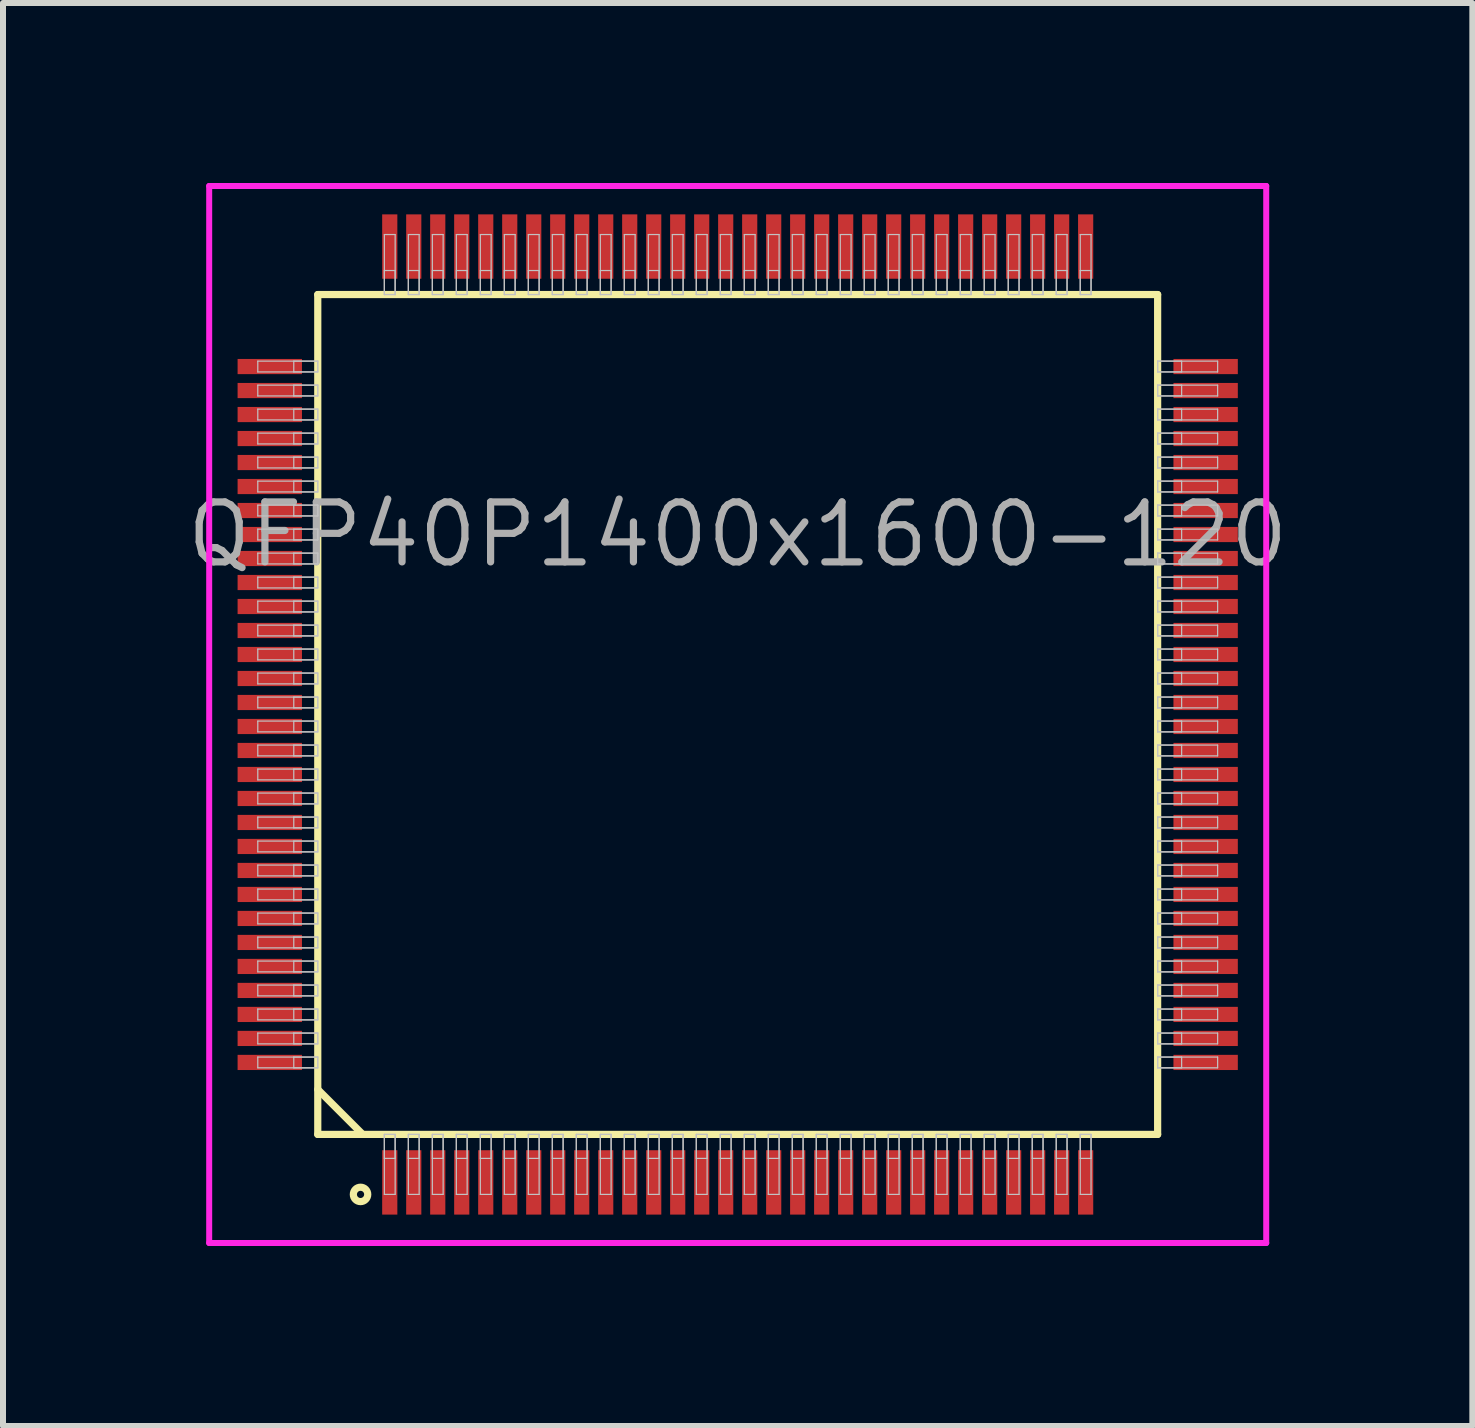
<source format=kicad_pcb>
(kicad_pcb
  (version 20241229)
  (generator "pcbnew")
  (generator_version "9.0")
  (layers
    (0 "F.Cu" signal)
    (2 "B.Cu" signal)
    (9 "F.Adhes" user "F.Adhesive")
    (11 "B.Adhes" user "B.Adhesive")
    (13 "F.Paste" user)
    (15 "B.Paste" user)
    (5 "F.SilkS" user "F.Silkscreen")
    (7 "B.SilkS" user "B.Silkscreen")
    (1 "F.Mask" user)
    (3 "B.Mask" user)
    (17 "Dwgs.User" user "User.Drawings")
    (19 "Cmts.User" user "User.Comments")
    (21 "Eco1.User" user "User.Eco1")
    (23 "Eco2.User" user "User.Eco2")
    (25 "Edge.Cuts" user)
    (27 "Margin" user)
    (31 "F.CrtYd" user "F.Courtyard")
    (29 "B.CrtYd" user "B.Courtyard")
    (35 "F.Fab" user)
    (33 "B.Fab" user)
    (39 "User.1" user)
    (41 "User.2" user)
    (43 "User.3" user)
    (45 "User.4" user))
  (footprint "QFP40P1400x1600-120"
    (layer "F.Cu")
    (at 9.247 8.86)
    (property "Reference" "QFP40P1400x1600-120" (at 0 -3 0) (layer "F.Fab") (effects (font (size 1 1) (thickness 0.12))))
    (attr through_hole)
    (fp_line (start -7 -7) (end -7 7) (stroke (width 0.12) (type solid)) (layer "F.SilkS"))
    (fp_line (start -7 6.25) (end -6.25 7) (stroke (width 0.12) (type solid)) (layer "F.SilkS"))
    (fp_line (start -7 7) (end 7 7) (stroke (width 0.12) (type solid)) (layer "F.SilkS"))
    (fp_line (start 7 -7) (end -7 -7) (stroke (width 0.12) (type solid)) (layer "F.SilkS"))
    (fp_line (start 7 7) (end 7 -7) (stroke (width 0.12) (type solid)) (layer "F.SilkS"))
    (fp_circle (center -6.287 8) (end -6.167 8) (stroke (width 0.12) (type solid)) (fill no) (layer "F.SilkS"))
    (fp_line (start -8 -5.89) (end -8 -5.71) (stroke (width 0.02) (type solid)) (layer "Dwgs.User"))
    (fp_line (start -8 -5.71) (end -7 -5.71) (stroke (width 0.02) (type solid)) (layer "Dwgs.User"))
    (fp_line (start -8 -5.49) (end -8 -5.31) (stroke (width 0.02) (type solid)) (layer "Dwgs.User"))
    (fp_line (start -8 -5.31) (end -7 -5.31) (stroke (width 0.02) (type solid)) (layer "Dwgs.User"))
    (fp_line (start -8 -5.09) (end -8 -4.91) (stroke (width 0.02) (type solid)) (layer "Dwgs.User"))
    (fp_line (start -8 -4.91) (end -7 -4.91) (stroke (width 0.02) (type solid)) (layer "Dwgs.User"))
    (fp_line (start -8 -4.69) (end -8 -4.51) (stroke (width 0.02) (type solid)) (layer "Dwgs.User"))
    (fp_line (start -8 -4.51) (end -7 -4.51) (stroke (width 0.02) (type solid)) (layer "Dwgs.User"))
    (fp_line (start -8 -4.29) (end -8 -4.11) (stroke (width 0.02) (type solid)) (layer "Dwgs.User"))
    (fp_line (start -8 -4.11) (end -7 -4.11) (stroke (width 0.02) (type solid)) (layer "Dwgs.User"))
    (fp_line (start -8 -3.89) (end -8 -3.71) (stroke (width 0.02) (type solid)) (layer "Dwgs.User"))
    (fp_line (start -8 -3.71) (end -7 -3.71) (stroke (width 0.02) (type solid)) (layer "Dwgs.User"))
    (fp_line (start -8 -3.49) (end -8 -3.31) (stroke (width 0.02) (type solid)) (layer "Dwgs.User"))
    (fp_line (start -8 -3.31) (end -7 -3.31) (stroke (width 0.02) (type solid)) (layer "Dwgs.User"))
    (fp_line (start -8 -3.09) (end -8 -2.91) (stroke (width 0.02) (type solid)) (layer "Dwgs.User"))
    (fp_line (start -8 -2.91) (end -7 -2.91) (stroke (width 0.02) (type solid)) (layer "Dwgs.User"))
    (fp_line (start -8 -2.69) (end -8 -2.51) (stroke (width 0.02) (type solid)) (layer "Dwgs.User"))
    (fp_line (start -8 -2.51) (end -7 -2.51) (stroke (width 0.02) (type solid)) (layer "Dwgs.User"))
    (fp_line (start -8 -2.29) (end -8 -2.11) (stroke (width 0.02) (type solid)) (layer "Dwgs.User"))
    (fp_line (start -8 -2.11) (end -7 -2.11) (stroke (width 0.02) (type solid)) (layer "Dwgs.User"))
    (fp_line (start -8 -1.89) (end -8 -1.71) (stroke (width 0.02) (type solid)) (layer "Dwgs.User"))
    (fp_line (start -8 -1.71) (end -7 -1.71) (stroke (width 0.02) (type solid)) (layer "Dwgs.User"))
    (fp_line (start -8 -1.49) (end -8 -1.31) (stroke (width 0.02) (type solid)) (layer "Dwgs.User"))
    (fp_line (start -8 -1.31) (end -7 -1.31) (stroke (width 0.02) (type solid)) (layer "Dwgs.User"))
    (fp_line (start -8 -1.09) (end -8 -0.91) (stroke (width 0.02) (type solid)) (layer "Dwgs.User"))
    (fp_line (start -8 -0.91) (end -7 -0.91) (stroke (width 0.02) (type solid)) (layer "Dwgs.User"))
    (fp_line (start -8 -0.69) (end -8 -0.51) (stroke (width 0.02) (type solid)) (layer "Dwgs.User"))
    (fp_line (start -8 -0.51) (end -7 -0.51) (stroke (width 0.02) (type solid)) (layer "Dwgs.User"))
    (fp_line (start -8 -0.29) (end -8 -0.11) (stroke (width 0.02) (type solid)) (layer "Dwgs.User"))
    (fp_line (start -8 -0.11) (end -7 -0.11) (stroke (width 0.02) (type solid)) (layer "Dwgs.User"))
    (fp_line (start -8 0.11) (end -8 0.29) (stroke (width 0.02) (type solid)) (layer "Dwgs.User"))
    (fp_line (start -8 0.29) (end -7 0.29) (stroke (width 0.02) (type solid)) (layer "Dwgs.User"))
    (fp_line (start -8 0.51) (end -8 0.69) (stroke (width 0.02) (type solid)) (layer "Dwgs.User"))
    (fp_line (start -8 0.69) (end -7 0.69) (stroke (width 0.02) (type solid)) (layer "Dwgs.User"))
    (fp_line (start -8 0.91) (end -8 1.09) (stroke (width 0.02) (type solid)) (layer "Dwgs.User"))
    (fp_line (start -8 1.09) (end -7 1.09) (stroke (width 0.02) (type solid)) (layer "Dwgs.User"))
    (fp_line (start -8 1.31) (end -8 1.49) (stroke (width 0.02) (type solid)) (layer "Dwgs.User"))
    (fp_line (start -8 1.49) (end -7 1.49) (stroke (width 0.02) (type solid)) (layer "Dwgs.User"))
    (fp_line (start -8 1.71) (end -8 1.89) (stroke (width 0.02) (type solid)) (layer "Dwgs.User"))
    (fp_line (start -8 1.89) (end -7 1.89) (stroke (width 0.02) (type solid)) (layer "Dwgs.User"))
    (fp_line (start -8 2.11) (end -8 2.29) (stroke (width 0.02) (type solid)) (layer "Dwgs.User"))
    (fp_line (start -8 2.29) (end -7 2.29) (stroke (width 0.02) (type solid)) (layer "Dwgs.User"))
    (fp_line (start -8 2.51) (end -8 2.69) (stroke (width 0.02) (type solid)) (layer "Dwgs.User"))
    (fp_line (start -8 2.69) (end -7 2.69) (stroke (width 0.02) (type solid)) (layer "Dwgs.User"))
    (fp_line (start -8 2.91) (end -8 3.09) (stroke (width 0.02) (type solid)) (layer "Dwgs.User"))
    (fp_line (start -8 3.09) (end -7 3.09) (stroke (width 0.02) (type solid)) (layer "Dwgs.User"))
    (fp_line (start -8 3.31) (end -8 3.49) (stroke (width 0.02) (type solid)) (layer "Dwgs.User"))
    (fp_line (start -8 3.49) (end -7 3.49) (stroke (width 0.02) (type solid)) (layer "Dwgs.User"))
    (fp_line (start -8 3.71) (end -8 3.89) (stroke (width 0.02) (type solid)) (layer "Dwgs.User"))
    (fp_line (start -8 3.89) (end -7 3.89) (stroke (width 0.02) (type solid)) (layer "Dwgs.User"))
    (fp_line (start -8 4.11) (end -8 4.29) (stroke (width 0.02) (type solid)) (layer "Dwgs.User"))
    (fp_line (start -8 4.29) (end -7 4.29) (stroke (width 0.02) (type solid)) (layer "Dwgs.User"))
    (fp_line (start -8 4.51) (end -8 4.69) (stroke (width 0.02) (type solid)) (layer "Dwgs.User"))
    (fp_line (start -8 4.69) (end -7 4.69) (stroke (width 0.02) (type solid)) (layer "Dwgs.User"))
    (fp_line (start -8 4.91) (end -8 5.09) (stroke (width 0.02) (type solid)) (layer "Dwgs.User"))
    (fp_line (start -8 5.09) (end -7 5.09) (stroke (width 0.02) (type solid)) (layer "Dwgs.User"))
    (fp_line (start -8 5.31) (end -8 5.49) (stroke (width 0.02) (type solid)) (layer "Dwgs.User"))
    (fp_line (start -8 5.49) (end -7 5.49) (stroke (width 0.02) (type solid)) (layer "Dwgs.User"))
    (fp_line (start -8 5.71) (end -8 5.89) (stroke (width 0.02) (type solid)) (layer "Dwgs.User"))
    (fp_line (start -8 5.89) (end -7 5.89) (stroke (width 0.02) (type solid)) (layer "Dwgs.User"))
    (fp_line (start -7.4 -5.89) (end -7.4 -5.71) (stroke (width 0.02) (type solid)) (layer "Dwgs.User"))
    (fp_line (start -7.4 -5.71) (end -7 -5.71) (stroke (width 0.02) (type solid)) (layer "Dwgs.User"))
    (fp_line (start -7.4 -5.49) (end -7.4 -5.31) (stroke (width 0.02) (type solid)) (layer "Dwgs.User"))
    (fp_line (start -7.4 -5.31) (end -7 -5.31) (stroke (width 0.02) (type solid)) (layer "Dwgs.User"))
    (fp_line (start -7.4 -5.09) (end -7.4 -4.91) (stroke (width 0.02) (type solid)) (layer "Dwgs.User"))
    (fp_line (start -7.4 -4.91) (end -7 -4.91) (stroke (width 0.02) (type solid)) (layer "Dwgs.User"))
    (fp_line (start -7.4 -4.69) (end -7.4 -4.51) (stroke (width 0.02) (type solid)) (layer "Dwgs.User"))
    (fp_line (start -7.4 -4.51) (end -7 -4.51) (stroke (width 0.02) (type solid)) (layer "Dwgs.User"))
    (fp_line (start -7.4 -4.29) (end -7.4 -4.11) (stroke (width 0.02) (type solid)) (layer "Dwgs.User"))
    (fp_line (start -7.4 -4.11) (end -7 -4.11) (stroke (width 0.02) (type solid)) (layer "Dwgs.User"))
    (fp_line (start -7.4 -3.89) (end -7.4 -3.71) (stroke (width 0.02) (type solid)) (layer "Dwgs.User"))
    (fp_line (start -7.4 -3.71) (end -7 -3.71) (stroke (width 0.02) (type solid)) (layer "Dwgs.User"))
    (fp_line (start -7.4 -3.49) (end -7.4 -3.31) (stroke (width 0.02) (type solid)) (layer "Dwgs.User"))
    (fp_line (start -7.4 -3.31) (end -7 -3.31) (stroke (width 0.02) (type solid)) (layer "Dwgs.User"))
    (fp_line (start -7.4 -3.09) (end -7.4 -2.91) (stroke (width 0.02) (type solid)) (layer "Dwgs.User"))
    (fp_line (start -7.4 -2.91) (end -7 -2.91) (stroke (width 0.02) (type solid)) (layer "Dwgs.User"))
    (fp_line (start -7.4 -2.69) (end -7.4 -2.51) (stroke (width 0.02) (type solid)) (layer "Dwgs.User"))
    (fp_line (start -7.4 -2.51) (end -7 -2.51) (stroke (width 0.02) (type solid)) (layer "Dwgs.User"))
    (fp_line (start -7.4 -2.29) (end -7.4 -2.11) (stroke (width 0.02) (type solid)) (layer "Dwgs.User"))
    (fp_line (start -7.4 -2.11) (end -7 -2.11) (stroke (width 0.02) (type solid)) (layer "Dwgs.User"))
    (fp_line (start -7.4 -1.89) (end -7.4 -1.71) (stroke (width 0.02) (type solid)) (layer "Dwgs.User"))
    (fp_line (start -7.4 -1.71) (end -7 -1.71) (stroke (width 0.02) (type solid)) (layer "Dwgs.User"))
    (fp_line (start -7.4 -1.49) (end -7.4 -1.31) (stroke (width 0.02) (type solid)) (layer "Dwgs.User"))
    (fp_line (start -7.4 -1.31) (end -7 -1.31) (stroke (width 0.02) (type solid)) (layer "Dwgs.User"))
    (fp_line (start -7.4 -1.09) (end -7.4 -0.91) (stroke (width 0.02) (type solid)) (layer "Dwgs.User"))
    (fp_line (start -7.4 -0.91) (end -7 -0.91) (stroke (width 0.02) (type solid)) (layer "Dwgs.User"))
    (fp_line (start -7.4 -0.69) (end -7.4 -0.51) (stroke (width 0.02) (type solid)) (layer "Dwgs.User"))
    (fp_line (start -7.4 -0.51) (end -7 -0.51) (stroke (width 0.02) (type solid)) (layer "Dwgs.User"))
    (fp_line (start -7.4 -0.29) (end -7.4 -0.11) (stroke (width 0.02) (type solid)) (layer "Dwgs.User"))
    (fp_line (start -7.4 -0.11) (end -7 -0.11) (stroke (width 0.02) (type solid)) (layer "Dwgs.User"))
    (fp_line (start -7.4 0.11) (end -7.4 0.29) (stroke (width 0.02) (type solid)) (layer "Dwgs.User"))
    (fp_line (start -7.4 0.29) (end -7 0.29) (stroke (width 0.02) (type solid)) (layer "Dwgs.User"))
    (fp_line (start -7.4 0.51) (end -7.4 0.69) (stroke (width 0.02) (type solid)) (layer "Dwgs.User"))
    (fp_line (start -7.4 0.69) (end -7 0.69) (stroke (width 0.02) (type solid)) (layer "Dwgs.User"))
    (fp_line (start -7.4 0.91) (end -7.4 1.09) (stroke (width 0.02) (type solid)) (layer "Dwgs.User"))
    (fp_line (start -7.4 1.09) (end -7 1.09) (stroke (width 0.02) (type solid)) (layer "Dwgs.User"))
    (fp_line (start -7.4 1.31) (end -7.4 1.49) (stroke (width 0.02) (type solid)) (layer "Dwgs.User"))
    (fp_line (start -7.4 1.49) (end -7 1.49) (stroke (width 0.02) (type solid)) (layer "Dwgs.User"))
    (fp_line (start -7.4 1.71) (end -7.4 1.89) (stroke (width 0.02) (type solid)) (layer "Dwgs.User"))
    (fp_line (start -7.4 1.89) (end -7 1.89) (stroke (width 0.02) (type solid)) (layer "Dwgs.User"))
    (fp_line (start -7.4 2.11) (end -7.4 2.29) (stroke (width 0.02) (type solid)) (layer "Dwgs.User"))
    (fp_line (start -7.4 2.29) (end -7 2.29) (stroke (width 0.02) (type solid)) (layer "Dwgs.User"))
    (fp_line (start -7.4 2.51) (end -7.4 2.69) (stroke (width 0.02) (type solid)) (layer "Dwgs.User"))
    (fp_line (start -7.4 2.69) (end -7 2.69) (stroke (width 0.02) (type solid)) (layer "Dwgs.User"))
    (fp_line (start -7.4 2.91) (end -7.4 3.09) (stroke (width 0.02) (type solid)) (layer "Dwgs.User"))
    (fp_line (start -7.4 3.09) (end -7 3.09) (stroke (width 0.02) (type solid)) (layer "Dwgs.User"))
    (fp_line (start -7.4 3.31) (end -7.4 3.49) (stroke (width 0.02) (type solid)) (layer "Dwgs.User"))
    (fp_line (start -7.4 3.49) (end -7 3.49) (stroke (width 0.02) (type solid)) (layer "Dwgs.User"))
    (fp_line (start -7.4 3.71) (end -7.4 3.89) (stroke (width 0.02) (type solid)) (layer "Dwgs.User"))
    (fp_line (start -7.4 3.89) (end -7 3.89) (stroke (width 0.02) (type solid)) (layer "Dwgs.User"))
    (fp_line (start -7.4 4.11) (end -7.4 4.29) (stroke (width 0.02) (type solid)) (layer "Dwgs.User"))
    (fp_line (start -7.4 4.29) (end -7 4.29) (stroke (width 0.02) (type solid)) (layer "Dwgs.User"))
    (fp_line (start -7.4 4.51) (end -7.4 4.69) (stroke (width 0.02) (type solid)) (layer "Dwgs.User"))
    (fp_line (start -7.4 4.69) (end -7 4.69) (stroke (width 0.02) (type solid)) (layer "Dwgs.User"))
    (fp_line (start -7.4 4.91) (end -7.4 5.09) (stroke (width 0.02) (type solid)) (layer "Dwgs.User"))
    (fp_line (start -7.4 5.09) (end -7 5.09) (stroke (width 0.02) (type solid)) (layer "Dwgs.User"))
    (fp_line (start -7.4 5.31) (end -7.4 5.49) (stroke (width 0.02) (type solid)) (layer "Dwgs.User"))
    (fp_line (start -7.4 5.49) (end -7 5.49) (stroke (width 0.02) (type solid)) (layer "Dwgs.User"))
    (fp_line (start -7.4 5.71) (end -7.4 5.89) (stroke (width 0.02) (type solid)) (layer "Dwgs.User"))
    (fp_line (start -7.4 5.89) (end -7 5.89) (stroke (width 0.02) (type solid)) (layer "Dwgs.User"))
    (fp_line (start -7 -5.89) (end -8 -5.89) (stroke (width 0.02) (type solid)) (layer "Dwgs.User"))
    (fp_line (start -7 -5.89) (end -7.4 -5.89) (stroke (width 0.02) (type solid)) (layer "Dwgs.User"))
    (fp_line (start -7 -5.71) (end -7 -5.89) (stroke (width 0.02) (type solid)) (layer "Dwgs.User"))
    (fp_line (start -7 -5.71) (end -7 -5.89) (stroke (width 0.02) (type solid)) (layer "Dwgs.User"))
    (fp_line (start -7 -5.49) (end -8 -5.49) (stroke (width 0.02) (type solid)) (layer "Dwgs.User"))
    (fp_line (start -7 -5.49) (end -7.4 -5.49) (stroke (width 0.02) (type solid)) (layer "Dwgs.User"))
    (fp_line (start -7 -5.31) (end -7 -5.49) (stroke (width 0.02) (type solid)) (layer "Dwgs.User"))
    (fp_line (start -7 -5.31) (end -7 -5.49) (stroke (width 0.02) (type solid)) (layer "Dwgs.User"))
    (fp_line (start -7 -5.09) (end -8 -5.09) (stroke (width 0.02) (type solid)) (layer "Dwgs.User"))
    (fp_line (start -7 -5.09) (end -7.4 -5.09) (stroke (width 0.02) (type solid)) (layer "Dwgs.User"))
    (fp_line (start -7 -4.91) (end -7 -5.09) (stroke (width 0.02) (type solid)) (layer "Dwgs.User"))
    (fp_line (start -7 -4.91) (end -7 -5.09) (stroke (width 0.02) (type solid)) (layer "Dwgs.User"))
    (fp_line (start -7 -4.69) (end -8 -4.69) (stroke (width 0.02) (type solid)) (layer "Dwgs.User"))
    (fp_line (start -7 -4.69) (end -7.4 -4.69) (stroke (width 0.02) (type solid)) (layer "Dwgs.User"))
    (fp_line (start -7 -4.51) (end -7 -4.69) (stroke (width 0.02) (type solid)) (layer "Dwgs.User"))
    (fp_line (start -7 -4.51) (end -7 -4.69) (stroke (width 0.02) (type solid)) (layer "Dwgs.User"))
    (fp_line (start -7 -4.29) (end -8 -4.29) (stroke (width 0.02) (type solid)) (layer "Dwgs.User"))
    (fp_line (start -7 -4.29) (end -7.4 -4.29) (stroke (width 0.02) (type solid)) (layer "Dwgs.User"))
    (fp_line (start -7 -4.11) (end -7 -4.29) (stroke (width 0.02) (type solid)) (layer "Dwgs.User"))
    (fp_line (start -7 -4.11) (end -7 -4.29) (stroke (width 0.02) (type solid)) (layer "Dwgs.User"))
    (fp_line (start -7 -3.89) (end -8 -3.89) (stroke (width 0.02) (type solid)) (layer "Dwgs.User"))
    (fp_line (start -7 -3.89) (end -7.4 -3.89) (stroke (width 0.02) (type solid)) (layer "Dwgs.User"))
    (fp_line (start -7 -3.71) (end -7 -3.89) (stroke (width 0.02) (type solid)) (layer "Dwgs.User"))
    (fp_line (start -7 -3.71) (end -7 -3.89) (stroke (width 0.02) (type solid)) (layer "Dwgs.User"))
    (fp_line (start -7 -3.49) (end -8 -3.49) (stroke (width 0.02) (type solid)) (layer "Dwgs.User"))
    (fp_line (start -7 -3.49) (end -7.4 -3.49) (stroke (width 0.02) (type solid)) (layer "Dwgs.User"))
    (fp_line (start -7 -3.31) (end -7 -3.49) (stroke (width 0.02) (type solid)) (layer "Dwgs.User"))
    (fp_line (start -7 -3.31) (end -7 -3.49) (stroke (width 0.02) (type solid)) (layer "Dwgs.User"))
    (fp_line (start -7 -3.09) (end -8 -3.09) (stroke (width 0.02) (type solid)) (layer "Dwgs.User"))
    (fp_line (start -7 -3.09) (end -7.4 -3.09) (stroke (width 0.02) (type solid)) (layer "Dwgs.User"))
    (fp_line (start -7 -2.91) (end -7 -3.09) (stroke (width 0.02) (type solid)) (layer "Dwgs.User"))
    (fp_line (start -7 -2.91) (end -7 -3.09) (stroke (width 0.02) (type solid)) (layer "Dwgs.User"))
    (fp_line (start -7 -2.69) (end -8 -2.69) (stroke (width 0.02) (type solid)) (layer "Dwgs.User"))
    (fp_line (start -7 -2.69) (end -7.4 -2.69) (stroke (width 0.02) (type solid)) (layer "Dwgs.User"))
    (fp_line (start -7 -2.51) (end -7 -2.69) (stroke (width 0.02) (type solid)) (layer "Dwgs.User"))
    (fp_line (start -7 -2.51) (end -7 -2.69) (stroke (width 0.02) (type solid)) (layer "Dwgs.User"))
    (fp_line (start -7 -2.29) (end -8 -2.29) (stroke (width 0.02) (type solid)) (layer "Dwgs.User"))
    (fp_line (start -7 -2.29) (end -7.4 -2.29) (stroke (width 0.02) (type solid)) (layer "Dwgs.User"))
    (fp_line (start -7 -2.11) (end -7 -2.29) (stroke (width 0.02) (type solid)) (layer "Dwgs.User"))
    (fp_line (start -7 -2.11) (end -7 -2.29) (stroke (width 0.02) (type solid)) (layer "Dwgs.User"))
    (fp_line (start -7 -1.89) (end -8 -1.89) (stroke (width 0.02) (type solid)) (layer "Dwgs.User"))
    (fp_line (start -7 -1.89) (end -7.4 -1.89) (stroke (width 0.02) (type solid)) (layer "Dwgs.User"))
    (fp_line (start -7 -1.71) (end -7 -1.89) (stroke (width 0.02) (type solid)) (layer "Dwgs.User"))
    (fp_line (start -7 -1.71) (end -7 -1.89) (stroke (width 0.02) (type solid)) (layer "Dwgs.User"))
    (fp_line (start -7 -1.49) (end -8 -1.49) (stroke (width 0.02) (type solid)) (layer "Dwgs.User"))
    (fp_line (start -7 -1.49) (end -7.4 -1.49) (stroke (width 0.02) (type solid)) (layer "Dwgs.User"))
    (fp_line (start -7 -1.31) (end -7 -1.49) (stroke (width 0.02) (type solid)) (layer "Dwgs.User"))
    (fp_line (start -7 -1.31) (end -7 -1.49) (stroke (width 0.02) (type solid)) (layer "Dwgs.User"))
    (fp_line (start -7 -1.09) (end -8 -1.09) (stroke (width 0.02) (type solid)) (layer "Dwgs.User"))
    (fp_line (start -7 -1.09) (end -7.4 -1.09) (stroke (width 0.02) (type solid)) (layer "Dwgs.User"))
    (fp_line (start -7 -0.91) (end -7 -1.09) (stroke (width 0.02) (type solid)) (layer "Dwgs.User"))
    (fp_line (start -7 -0.91) (end -7 -1.09) (stroke (width 0.02) (type solid)) (layer "Dwgs.User"))
    (fp_line (start -7 -0.69) (end -8 -0.69) (stroke (width 0.02) (type solid)) (layer "Dwgs.User"))
    (fp_line (start -7 -0.69) (end -7.4 -0.69) (stroke (width 0.02) (type solid)) (layer "Dwgs.User"))
    (fp_line (start -7 -0.51) (end -7 -0.69) (stroke (width 0.02) (type solid)) (layer "Dwgs.User"))
    (fp_line (start -7 -0.51) (end -7 -0.69) (stroke (width 0.02) (type solid)) (layer "Dwgs.User"))
    (fp_line (start -7 -0.29) (end -8 -0.29) (stroke (width 0.02) (type solid)) (layer "Dwgs.User"))
    (fp_line (start -7 -0.29) (end -7.4 -0.29) (stroke (width 0.02) (type solid)) (layer "Dwgs.User"))
    (fp_line (start -7 -0.11) (end -7 -0.29) (stroke (width 0.02) (type solid)) (layer "Dwgs.User"))
    (fp_line (start -7 -0.11) (end -7 -0.29) (stroke (width 0.02) (type solid)) (layer "Dwgs.User"))
    (fp_line (start -7 0.11) (end -8 0.11) (stroke (width 0.02) (type solid)) (layer "Dwgs.User"))
    (fp_line (start -7 0.11) (end -7.4 0.11) (stroke (width 0.02) (type solid)) (layer "Dwgs.User"))
    (fp_line (start -7 0.29) (end -7 0.11) (stroke (width 0.02) (type solid)) (layer "Dwgs.User"))
    (fp_line (start -7 0.29) (end -7 0.11) (stroke (width 0.02) (type solid)) (layer "Dwgs.User"))
    (fp_line (start -7 0.51) (end -8 0.51) (stroke (width 0.02) (type solid)) (layer "Dwgs.User"))
    (fp_line (start -7 0.51) (end -7.4 0.51) (stroke (width 0.02) (type solid)) (layer "Dwgs.User"))
    (fp_line (start -7 0.69) (end -7 0.51) (stroke (width 0.02) (type solid)) (layer "Dwgs.User"))
    (fp_line (start -7 0.69) (end -7 0.51) (stroke (width 0.02) (type solid)) (layer "Dwgs.User"))
    (fp_line (start -7 0.91) (end -8 0.91) (stroke (width 0.02) (type solid)) (layer "Dwgs.User"))
    (fp_line (start -7 0.91) (end -7.4 0.91) (stroke (width 0.02) (type solid)) (layer "Dwgs.User"))
    (fp_line (start -7 1.09) (end -7 0.91) (stroke (width 0.02) (type solid)) (layer "Dwgs.User"))
    (fp_line (start -7 1.09) (end -7 0.91) (stroke (width 0.02) (type solid)) (layer "Dwgs.User"))
    (fp_line (start -7 1.31) (end -8 1.31) (stroke (width 0.02) (type solid)) (layer "Dwgs.User"))
    (fp_line (start -7 1.31) (end -7.4 1.31) (stroke (width 0.02) (type solid)) (layer "Dwgs.User"))
    (fp_line (start -7 1.49) (end -7 1.31) (stroke (width 0.02) (type solid)) (layer "Dwgs.User"))
    (fp_line (start -7 1.49) (end -7 1.31) (stroke (width 0.02) (type solid)) (layer "Dwgs.User"))
    (fp_line (start -7 1.71) (end -8 1.71) (stroke (width 0.02) (type solid)) (layer "Dwgs.User"))
    (fp_line (start -7 1.71) (end -7.4 1.71) (stroke (width 0.02) (type solid)) (layer "Dwgs.User"))
    (fp_line (start -7 1.89) (end -7 1.71) (stroke (width 0.02) (type solid)) (layer "Dwgs.User"))
    (fp_line (start -7 1.89) (end -7 1.71) (stroke (width 0.02) (type solid)) (layer "Dwgs.User"))
    (fp_line (start -7 2.11) (end -8 2.11) (stroke (width 0.02) (type solid)) (layer "Dwgs.User"))
    (fp_line (start -7 2.11) (end -7.4 2.11) (stroke (width 0.02) (type solid)) (layer "Dwgs.User"))
    (fp_line (start -7 2.29) (end -7 2.11) (stroke (width 0.02) (type solid)) (layer "Dwgs.User"))
    (fp_line (start -7 2.29) (end -7 2.11) (stroke (width 0.02) (type solid)) (layer "Dwgs.User"))
    (fp_line (start -7 2.51) (end -8 2.51) (stroke (width 0.02) (type solid)) (layer "Dwgs.User"))
    (fp_line (start -7 2.51) (end -7.4 2.51) (stroke (width 0.02) (type solid)) (layer "Dwgs.User"))
    (fp_line (start -7 2.69) (end -7 2.51) (stroke (width 0.02) (type solid)) (layer "Dwgs.User"))
    (fp_line (start -7 2.69) (end -7 2.51) (stroke (width 0.02) (type solid)) (layer "Dwgs.User"))
    (fp_line (start -7 2.91) (end -8 2.91) (stroke (width 0.02) (type solid)) (layer "Dwgs.User"))
    (fp_line (start -7 2.91) (end -7.4 2.91) (stroke (width 0.02) (type solid)) (layer "Dwgs.User"))
    (fp_line (start -7 3.09) (end -7 2.91) (stroke (width 0.02) (type solid)) (layer "Dwgs.User"))
    (fp_line (start -7 3.09) (end -7 2.91) (stroke (width 0.02) (type solid)) (layer "Dwgs.User"))
    (fp_line (start -7 3.31) (end -8 3.31) (stroke (width 0.02) (type solid)) (layer "Dwgs.User"))
    (fp_line (start -7 3.31) (end -7.4 3.31) (stroke (width 0.02) (type solid)) (layer "Dwgs.User"))
    (fp_line (start -7 3.49) (end -7 3.31) (stroke (width 0.02) (type solid)) (layer "Dwgs.User"))
    (fp_line (start -7 3.49) (end -7 3.31) (stroke (width 0.02) (type solid)) (layer "Dwgs.User"))
    (fp_line (start -7 3.71) (end -8 3.71) (stroke (width 0.02) (type solid)) (layer "Dwgs.User"))
    (fp_line (start -7 3.71) (end -7.4 3.71) (stroke (width 0.02) (type solid)) (layer "Dwgs.User"))
    (fp_line (start -7 3.89) (end -7 3.71) (stroke (width 0.02) (type solid)) (layer "Dwgs.User"))
    (fp_line (start -7 3.89) (end -7 3.71) (stroke (width 0.02) (type solid)) (layer "Dwgs.User"))
    (fp_line (start -7 4.11) (end -8 4.11) (stroke (width 0.02) (type solid)) (layer "Dwgs.User"))
    (fp_line (start -7 4.11) (end -7.4 4.11) (stroke (width 0.02) (type solid)) (layer "Dwgs.User"))
    (fp_line (start -7 4.29) (end -7 4.11) (stroke (width 0.02) (type solid)) (layer "Dwgs.User"))
    (fp_line (start -7 4.29) (end -7 4.11) (stroke (width 0.02) (type solid)) (layer "Dwgs.User"))
    (fp_line (start -7 4.51) (end -8 4.51) (stroke (width 0.02) (type solid)) (layer "Dwgs.User"))
    (fp_line (start -7 4.51) (end -7.4 4.51) (stroke (width 0.02) (type solid)) (layer "Dwgs.User"))
    (fp_line (start -7 4.69) (end -7 4.51) (stroke (width 0.02) (type solid)) (layer "Dwgs.User"))
    (fp_line (start -7 4.69) (end -7 4.51) (stroke (width 0.02) (type solid)) (layer "Dwgs.User"))
    (fp_line (start -7 4.91) (end -8 4.91) (stroke (width 0.02) (type solid)) (layer "Dwgs.User"))
    (fp_line (start -7 4.91) (end -7.4 4.91) (stroke (width 0.02) (type solid)) (layer "Dwgs.User"))
    (fp_line (start -7 5.09) (end -7 4.91) (stroke (width 0.02) (type solid)) (layer "Dwgs.User"))
    (fp_line (start -7 5.09) (end -7 4.91) (stroke (width 0.02) (type solid)) (layer "Dwgs.User"))
    (fp_line (start -7 5.31) (end -8 5.31) (stroke (width 0.02) (type solid)) (layer "Dwgs.User"))
    (fp_line (start -7 5.31) (end -7.4 5.31) (stroke (width 0.02) (type solid)) (layer "Dwgs.User"))
    (fp_line (start -7 5.49) (end -7 5.31) (stroke (width 0.02) (type solid)) (layer "Dwgs.User"))
    (fp_line (start -7 5.49) (end -7 5.31) (stroke (width 0.02) (type solid)) (layer "Dwgs.User"))
    (fp_line (start -7 5.71) (end -8 5.71) (stroke (width 0.02) (type solid)) (layer "Dwgs.User"))
    (fp_line (start -7 5.71) (end -7.4 5.71) (stroke (width 0.02) (type solid)) (layer "Dwgs.User"))
    (fp_line (start -7 5.89) (end -7 5.71) (stroke (width 0.02) (type solid)) (layer "Dwgs.User"))
    (fp_line (start -7 5.89) (end -7 5.71) (stroke (width 0.02) (type solid)) (layer "Dwgs.User"))
    (fp_line (start -5.89 -8) (end -5.89 -7) (stroke (width 0.02) (type solid)) (layer "Dwgs.User"))
    (fp_line (start -5.89 -7.4) (end -5.89 -7) (stroke (width 0.02) (type solid)) (layer "Dwgs.User"))
    (fp_line (start -5.89 -7) (end -5.71 -7) (stroke (width 0.02) (type solid)) (layer "Dwgs.User"))
    (fp_line (start -5.89 -7) (end -5.71 -7) (stroke (width 0.02) (type solid)) (layer "Dwgs.User"))
    (fp_line (start -5.89 7) (end -5.71 7) (stroke (width 0.02) (type solid)) (layer "Dwgs.User"))
    (fp_line (start -5.89 7) (end -5.71 7) (stroke (width 0.02) (type solid)) (layer "Dwgs.User"))
    (fp_line (start -5.89 7.4) (end -5.89 7) (stroke (width 0.02) (type solid)) (layer "Dwgs.User"))
    (fp_line (start -5.89 8) (end -5.89 7) (stroke (width 0.02) (type solid)) (layer "Dwgs.User"))
    (fp_line (start -5.71 -8) (end -5.89 -8) (stroke (width 0.02) (type solid)) (layer "Dwgs.User"))
    (fp_line (start -5.71 -7.4) (end -5.89 -7.4) (stroke (width 0.02) (type solid)) (layer "Dwgs.User"))
    (fp_line (start -5.71 -7) (end -5.71 -8) (stroke (width 0.02) (type solid)) (layer "Dwgs.User"))
    (fp_line (start -5.71 -7) (end -5.71 -7.4) (stroke (width 0.02) (type solid)) (layer "Dwgs.User"))
    (fp_line (start -5.71 7) (end -5.71 7.4) (stroke (width 0.02) (type solid)) (layer "Dwgs.User"))
    (fp_line (start -5.71 7) (end -5.71 8) (stroke (width 0.02) (type solid)) (layer "Dwgs.User"))
    (fp_line (start -5.71 7.4) (end -5.89 7.4) (stroke (width 0.02) (type solid)) (layer "Dwgs.User"))
    (fp_line (start -5.71 8) (end -5.89 8) (stroke (width 0.02) (type solid)) (layer "Dwgs.User"))
    (fp_line (start -5.49 -8) (end -5.49 -7) (stroke (width 0.02) (type solid)) (layer "Dwgs.User"))
    (fp_line (start -5.49 -7.4) (end -5.49 -7) (stroke (width 0.02) (type solid)) (layer "Dwgs.User"))
    (fp_line (start -5.49 -7) (end -5.31 -7) (stroke (width 0.02) (type solid)) (layer "Dwgs.User"))
    (fp_line (start -5.49 -7) (end -5.31 -7) (stroke (width 0.02) (type solid)) (layer "Dwgs.User"))
    (fp_line (start -5.49 7) (end -5.31 7) (stroke (width 0.02) (type solid)) (layer "Dwgs.User"))
    (fp_line (start -5.49 7) (end -5.31 7) (stroke (width 0.02) (type solid)) (layer "Dwgs.User"))
    (fp_line (start -5.49 7.4) (end -5.49 7) (stroke (width 0.02) (type solid)) (layer "Dwgs.User"))
    (fp_line (start -5.49 8) (end -5.49 7) (stroke (width 0.02) (type solid)) (layer "Dwgs.User"))
    (fp_line (start -5.31 -8) (end -5.49 -8) (stroke (width 0.02) (type solid)) (layer "Dwgs.User"))
    (fp_line (start -5.31 -7.4) (end -5.49 -7.4) (stroke (width 0.02) (type solid)) (layer "Dwgs.User"))
    (fp_line (start -5.31 -7) (end -5.31 -8) (stroke (width 0.02) (type solid)) (layer "Dwgs.User"))
    (fp_line (start -5.31 -7) (end -5.31 -7.4) (stroke (width 0.02) (type solid)) (layer "Dwgs.User"))
    (fp_line (start -5.31 7) (end -5.31 7.4) (stroke (width 0.02) (type solid)) (layer "Dwgs.User"))
    (fp_line (start -5.31 7) (end -5.31 8) (stroke (width 0.02) (type solid)) (layer "Dwgs.User"))
    (fp_line (start -5.31 7.4) (end -5.49 7.4) (stroke (width 0.02) (type solid)) (layer "Dwgs.User"))
    (fp_line (start -5.31 8) (end -5.49 8) (stroke (width 0.02) (type solid)) (layer "Dwgs.User"))
    (fp_line (start -5.09 -8) (end -5.09 -7) (stroke (width 0.02) (type solid)) (layer "Dwgs.User"))
    (fp_line (start -5.09 -7.4) (end -5.09 -7) (stroke (width 0.02) (type solid)) (layer "Dwgs.User"))
    (fp_line (start -5.09 -7) (end -4.91 -7) (stroke (width 0.02) (type solid)) (layer "Dwgs.User"))
    (fp_line (start -5.09 -7) (end -4.91 -7) (stroke (width 0.02) (type solid)) (layer "Dwgs.User"))
    (fp_line (start -5.09 7) (end -4.91 7) (stroke (width 0.02) (type solid)) (layer "Dwgs.User"))
    (fp_line (start -5.09 7) (end -4.91 7) (stroke (width 0.02) (type solid)) (layer "Dwgs.User"))
    (fp_line (start -5.09 7.4) (end -5.09 7) (stroke (width 0.02) (type solid)) (layer "Dwgs.User"))
    (fp_line (start -5.09 8) (end -5.09 7) (stroke (width 0.02) (type solid)) (layer "Dwgs.User"))
    (fp_line (start -4.91 -8) (end -5.09 -8) (stroke (width 0.02) (type solid)) (layer "Dwgs.User"))
    (fp_line (start -4.91 -7.4) (end -5.09 -7.4) (stroke (width 0.02) (type solid)) (layer "Dwgs.User"))
    (fp_line (start -4.91 -7) (end -4.91 -8) (stroke (width 0.02) (type solid)) (layer "Dwgs.User"))
    (fp_line (start -4.91 -7) (end -4.91 -7.4) (stroke (width 0.02) (type solid)) (layer "Dwgs.User"))
    (fp_line (start -4.91 7) (end -4.91 7.4) (stroke (width 0.02) (type solid)) (layer "Dwgs.User"))
    (fp_line (start -4.91 7) (end -4.91 8) (stroke (width 0.02) (type solid)) (layer "Dwgs.User"))
    (fp_line (start -4.91 7.4) (end -5.09 7.4) (stroke (width 0.02) (type solid)) (layer "Dwgs.User"))
    (fp_line (start -4.91 8) (end -5.09 8) (stroke (width 0.02) (type solid)) (layer "Dwgs.User"))
    (fp_line (start -4.69 -8) (end -4.69 -7) (stroke (width 0.02) (type solid)) (layer "Dwgs.User"))
    (fp_line (start -4.69 -7.4) (end -4.69 -7) (stroke (width 0.02) (type solid)) (layer "Dwgs.User"))
    (fp_line (start -4.69 -7) (end -4.51 -7) (stroke (width 0.02) (type solid)) (layer "Dwgs.User"))
    (fp_line (start -4.69 -7) (end -4.51 -7) (stroke (width 0.02) (type solid)) (layer "Dwgs.User"))
    (fp_line (start -4.69 7) (end -4.51 7) (stroke (width 0.02) (type solid)) (layer "Dwgs.User"))
    (fp_line (start -4.69 7) (end -4.51 7) (stroke (width 0.02) (type solid)) (layer "Dwgs.User"))
    (fp_line (start -4.69 7.4) (end -4.69 7) (stroke (width 0.02) (type solid)) (layer "Dwgs.User"))
    (fp_line (start -4.69 8) (end -4.69 7) (stroke (width 0.02) (type solid)) (layer "Dwgs.User"))
    (fp_line (start -4.51 -8) (end -4.69 -8) (stroke (width 0.02) (type solid)) (layer "Dwgs.User"))
    (fp_line (start -4.51 -7.4) (end -4.69 -7.4) (stroke (width 0.02) (type solid)) (layer "Dwgs.User"))
    (fp_line (start -4.51 -7) (end -4.51 -8) (stroke (width 0.02) (type solid)) (layer "Dwgs.User"))
    (fp_line (start -4.51 -7) (end -4.51 -7.4) (stroke (width 0.02) (type solid)) (layer "Dwgs.User"))
    (fp_line (start -4.51 7) (end -4.51 7.4) (stroke (width 0.02) (type solid)) (layer "Dwgs.User"))
    (fp_line (start -4.51 7) (end -4.51 8) (stroke (width 0.02) (type solid)) (layer "Dwgs.User"))
    (fp_line (start -4.51 7.4) (end -4.69 7.4) (stroke (width 0.02) (type solid)) (layer "Dwgs.User"))
    (fp_line (start -4.51 8) (end -4.69 8) (stroke (width 0.02) (type solid)) (layer "Dwgs.User"))
    (fp_line (start -4.29 -8) (end -4.29 -7) (stroke (width 0.02) (type solid)) (layer "Dwgs.User"))
    (fp_line (start -4.29 -7.4) (end -4.29 -7) (stroke (width 0.02) (type solid)) (layer "Dwgs.User"))
    (fp_line (start -4.29 -7) (end -4.11 -7) (stroke (width 0.02) (type solid)) (layer "Dwgs.User"))
    (fp_line (start -4.29 -7) (end -4.11 -7) (stroke (width 0.02) (type solid)) (layer "Dwgs.User"))
    (fp_line (start -4.29 7) (end -4.11 7) (stroke (width 0.02) (type solid)) (layer "Dwgs.User"))
    (fp_line (start -4.29 7) (end -4.11 7) (stroke (width 0.02) (type solid)) (layer "Dwgs.User"))
    (fp_line (start -4.29 7.4) (end -4.29 7) (stroke (width 0.02) (type solid)) (layer "Dwgs.User"))
    (fp_line (start -4.29 8) (end -4.29 7) (stroke (width 0.02) (type solid)) (layer "Dwgs.User"))
    (fp_line (start -4.11 -8) (end -4.29 -8) (stroke (width 0.02) (type solid)) (layer "Dwgs.User"))
    (fp_line (start -4.11 -7.4) (end -4.29 -7.4) (stroke (width 0.02) (type solid)) (layer "Dwgs.User"))
    (fp_line (start -4.11 -7) (end -4.11 -8) (stroke (width 0.02) (type solid)) (layer "Dwgs.User"))
    (fp_line (start -4.11 -7) (end -4.11 -7.4) (stroke (width 0.02) (type solid)) (layer "Dwgs.User"))
    (fp_line (start -4.11 7) (end -4.11 7.4) (stroke (width 0.02) (type solid)) (layer "Dwgs.User"))
    (fp_line (start -4.11 7) (end -4.11 8) (stroke (width 0.02) (type solid)) (layer "Dwgs.User"))
    (fp_line (start -4.11 7.4) (end -4.29 7.4) (stroke (width 0.02) (type solid)) (layer "Dwgs.User"))
    (fp_line (start -4.11 8) (end -4.29 8) (stroke (width 0.02) (type solid)) (layer "Dwgs.User"))
    (fp_line (start -3.89 -8) (end -3.89 -7) (stroke (width 0.02) (type solid)) (layer "Dwgs.User"))
    (fp_line (start -3.89 -7.4) (end -3.89 -7) (stroke (width 0.02) (type solid)) (layer "Dwgs.User"))
    (fp_line (start -3.89 -7) (end -3.71 -7) (stroke (width 0.02) (type solid)) (layer "Dwgs.User"))
    (fp_line (start -3.89 -7) (end -3.71 -7) (stroke (width 0.02) (type solid)) (layer "Dwgs.User"))
    (fp_line (start -3.89 7) (end -3.71 7) (stroke (width 0.02) (type solid)) (layer "Dwgs.User"))
    (fp_line (start -3.89 7) (end -3.71 7) (stroke (width 0.02) (type solid)) (layer "Dwgs.User"))
    (fp_line (start -3.89 7.4) (end -3.89 7) (stroke (width 0.02) (type solid)) (layer "Dwgs.User"))
    (fp_line (start -3.89 8) (end -3.89 7) (stroke (width 0.02) (type solid)) (layer "Dwgs.User"))
    (fp_line (start -3.71 -8) (end -3.89 -8) (stroke (width 0.02) (type solid)) (layer "Dwgs.User"))
    (fp_line (start -3.71 -7.4) (end -3.89 -7.4) (stroke (width 0.02) (type solid)) (layer "Dwgs.User"))
    (fp_line (start -3.71 -7) (end -3.71 -8) (stroke (width 0.02) (type solid)) (layer "Dwgs.User"))
    (fp_line (start -3.71 -7) (end -3.71 -7.4) (stroke (width 0.02) (type solid)) (layer "Dwgs.User"))
    (fp_line (start -3.71 7) (end -3.71 7.4) (stroke (width 0.02) (type solid)) (layer "Dwgs.User"))
    (fp_line (start -3.71 7) (end -3.71 8) (stroke (width 0.02) (type solid)) (layer "Dwgs.User"))
    (fp_line (start -3.71 7.4) (end -3.89 7.4) (stroke (width 0.02) (type solid)) (layer "Dwgs.User"))
    (fp_line (start -3.71 8) (end -3.89 8) (stroke (width 0.02) (type solid)) (layer "Dwgs.User"))
    (fp_line (start -3.49 -8) (end -3.49 -7) (stroke (width 0.02) (type solid)) (layer "Dwgs.User"))
    (fp_line (start -3.49 -7.4) (end -3.49 -7) (stroke (width 0.02) (type solid)) (layer "Dwgs.User"))
    (fp_line (start -3.49 -7) (end -3.31 -7) (stroke (width 0.02) (type solid)) (layer "Dwgs.User"))
    (fp_line (start -3.49 -7) (end -3.31 -7) (stroke (width 0.02) (type solid)) (layer "Dwgs.User"))
    (fp_line (start -3.49 7) (end -3.31 7) (stroke (width 0.02) (type solid)) (layer "Dwgs.User"))
    (fp_line (start -3.49 7) (end -3.31 7) (stroke (width 0.02) (type solid)) (layer "Dwgs.User"))
    (fp_line (start -3.49 7.4) (end -3.49 7) (stroke (width 0.02) (type solid)) (layer "Dwgs.User"))
    (fp_line (start -3.49 8) (end -3.49 7) (stroke (width 0.02) (type solid)) (layer "Dwgs.User"))
    (fp_line (start -3.31 -8) (end -3.49 -8) (stroke (width 0.02) (type solid)) (layer "Dwgs.User"))
    (fp_line (start -3.31 -7.4) (end -3.49 -7.4) (stroke (width 0.02) (type solid)) (layer "Dwgs.User"))
    (fp_line (start -3.31 -7) (end -3.31 -8) (stroke (width 0.02) (type solid)) (layer "Dwgs.User"))
    (fp_line (start -3.31 -7) (end -3.31 -7.4) (stroke (width 0.02) (type solid)) (layer "Dwgs.User"))
    (fp_line (start -3.31 7) (end -3.31 7.4) (stroke (width 0.02) (type solid)) (layer "Dwgs.User"))
    (fp_line (start -3.31 7) (end -3.31 8) (stroke (width 0.02) (type solid)) (layer "Dwgs.User"))
    (fp_line (start -3.31 7.4) (end -3.49 7.4) (stroke (width 0.02) (type solid)) (layer "Dwgs.User"))
    (fp_line (start -3.31 8) (end -3.49 8) (stroke (width 0.02) (type solid)) (layer "Dwgs.User"))
    (fp_line (start -3.09 -8) (end -3.09 -7) (stroke (width 0.02) (type solid)) (layer "Dwgs.User"))
    (fp_line (start -3.09 -7.4) (end -3.09 -7) (stroke (width 0.02) (type solid)) (layer "Dwgs.User"))
    (fp_line (start -3.09 -7) (end -2.91 -7) (stroke (width 0.02) (type solid)) (layer "Dwgs.User"))
    (fp_line (start -3.09 -7) (end -2.91 -7) (stroke (width 0.02) (type solid)) (layer "Dwgs.User"))
    (fp_line (start -3.09 7) (end -2.91 7) (stroke (width 0.02) (type solid)) (layer "Dwgs.User"))
    (fp_line (start -3.09 7) (end -2.91 7) (stroke (width 0.02) (type solid)) (layer "Dwgs.User"))
    (fp_line (start -3.09 7.4) (end -3.09 7) (stroke (width 0.02) (type solid)) (layer "Dwgs.User"))
    (fp_line (start -3.09 8) (end -3.09 7) (stroke (width 0.02) (type solid)) (layer "Dwgs.User"))
    (fp_line (start -2.91 -8) (end -3.09 -8) (stroke (width 0.02) (type solid)) (layer "Dwgs.User"))
    (fp_line (start -2.91 -7.4) (end -3.09 -7.4) (stroke (width 0.02) (type solid)) (layer "Dwgs.User"))
    (fp_line (start -2.91 -7) (end -2.91 -8) (stroke (width 0.02) (type solid)) (layer "Dwgs.User"))
    (fp_line (start -2.91 -7) (end -2.91 -7.4) (stroke (width 0.02) (type solid)) (layer "Dwgs.User"))
    (fp_line (start -2.91 7) (end -2.91 7.4) (stroke (width 0.02) (type solid)) (layer "Dwgs.User"))
    (fp_line (start -2.91 7) (end -2.91 8) (stroke (width 0.02) (type solid)) (layer "Dwgs.User"))
    (fp_line (start -2.91 7.4) (end -3.09 7.4) (stroke (width 0.02) (type solid)) (layer "Dwgs.User"))
    (fp_line (start -2.91 8) (end -3.09 8) (stroke (width 0.02) (type solid)) (layer "Dwgs.User"))
    (fp_line (start -2.69 -8) (end -2.69 -7) (stroke (width 0.02) (type solid)) (layer "Dwgs.User"))
    (fp_line (start -2.69 -7.4) (end -2.69 -7) (stroke (width 0.02) (type solid)) (layer "Dwgs.User"))
    (fp_line (start -2.69 -7) (end -2.51 -7) (stroke (width 0.02) (type solid)) (layer "Dwgs.User"))
    (fp_line (start -2.69 -7) (end -2.51 -7) (stroke (width 0.02) (type solid)) (layer "Dwgs.User"))
    (fp_line (start -2.69 7) (end -2.51 7) (stroke (width 0.02) (type solid)) (layer "Dwgs.User"))
    (fp_line (start -2.69 7) (end -2.51 7) (stroke (width 0.02) (type solid)) (layer "Dwgs.User"))
    (fp_line (start -2.69 7.4) (end -2.69 7) (stroke (width 0.02) (type solid)) (layer "Dwgs.User"))
    (fp_line (start -2.69 8) (end -2.69 7) (stroke (width 0.02) (type solid)) (layer "Dwgs.User"))
    (fp_line (start -2.51 -8) (end -2.69 -8) (stroke (width 0.02) (type solid)) (layer "Dwgs.User"))
    (fp_line (start -2.51 -7.4) (end -2.69 -7.4) (stroke (width 0.02) (type solid)) (layer "Dwgs.User"))
    (fp_line (start -2.51 -7) (end -2.51 -8) (stroke (width 0.02) (type solid)) (layer "Dwgs.User"))
    (fp_line (start -2.51 -7) (end -2.51 -7.4) (stroke (width 0.02) (type solid)) (layer "Dwgs.User"))
    (fp_line (start -2.51 7) (end -2.51 7.4) (stroke (width 0.02) (type solid)) (layer "Dwgs.User"))
    (fp_line (start -2.51 7) (end -2.51 8) (stroke (width 0.02) (type solid)) (layer "Dwgs.User"))
    (fp_line (start -2.51 7.4) (end -2.69 7.4) (stroke (width 0.02) (type solid)) (layer "Dwgs.User"))
    (fp_line (start -2.51 8) (end -2.69 8) (stroke (width 0.02) (type solid)) (layer "Dwgs.User"))
    (fp_line (start -2.29 -8) (end -2.29 -7) (stroke (width 0.02) (type solid)) (layer "Dwgs.User"))
    (fp_line (start -2.29 -7.4) (end -2.29 -7) (stroke (width 0.02) (type solid)) (layer "Dwgs.User"))
    (fp_line (start -2.29 -7) (end -2.11 -7) (stroke (width 0.02) (type solid)) (layer "Dwgs.User"))
    (fp_line (start -2.29 -7) (end -2.11 -7) (stroke (width 0.02) (type solid)) (layer "Dwgs.User"))
    (fp_line (start -2.29 7) (end -2.11 7) (stroke (width 0.02) (type solid)) (layer "Dwgs.User"))
    (fp_line (start -2.29 7) (end -2.11 7) (stroke (width 0.02) (type solid)) (layer "Dwgs.User"))
    (fp_line (start -2.29 7.4) (end -2.29 7) (stroke (width 0.02) (type solid)) (layer "Dwgs.User"))
    (fp_line (start -2.29 8) (end -2.29 7) (stroke (width 0.02) (type solid)) (layer "Dwgs.User"))
    (fp_line (start -2.11 -8) (end -2.29 -8) (stroke (width 0.02) (type solid)) (layer "Dwgs.User"))
    (fp_line (start -2.11 -7.4) (end -2.29 -7.4) (stroke (width 0.02) (type solid)) (layer "Dwgs.User"))
    (fp_line (start -2.11 -7) (end -2.11 -8) (stroke (width 0.02) (type solid)) (layer "Dwgs.User"))
    (fp_line (start -2.11 -7) (end -2.11 -7.4) (stroke (width 0.02) (type solid)) (layer "Dwgs.User"))
    (fp_line (start -2.11 7) (end -2.11 7.4) (stroke (width 0.02) (type solid)) (layer "Dwgs.User"))
    (fp_line (start -2.11 7) (end -2.11 8) (stroke (width 0.02) (type solid)) (layer "Dwgs.User"))
    (fp_line (start -2.11 7.4) (end -2.29 7.4) (stroke (width 0.02) (type solid)) (layer "Dwgs.User"))
    (fp_line (start -2.11 8) (end -2.29 8) (stroke (width 0.02) (type solid)) (layer "Dwgs.User"))
    (fp_line (start -1.89 -8) (end -1.89 -7) (stroke (width 0.02) (type solid)) (layer "Dwgs.User"))
    (fp_line (start -1.89 -7.4) (end -1.89 -7) (stroke (width 0.02) (type solid)) (layer "Dwgs.User"))
    (fp_line (start -1.89 -7) (end -1.71 -7) (stroke (width 0.02) (type solid)) (layer "Dwgs.User"))
    (fp_line (start -1.89 -7) (end -1.71 -7) (stroke (width 0.02) (type solid)) (layer "Dwgs.User"))
    (fp_line (start -1.89 7) (end -1.71 7) (stroke (width 0.02) (type solid)) (layer "Dwgs.User"))
    (fp_line (start -1.89 7) (end -1.71 7) (stroke (width 0.02) (type solid)) (layer "Dwgs.User"))
    (fp_line (start -1.89 7.4) (end -1.89 7) (stroke (width 0.02) (type solid)) (layer "Dwgs.User"))
    (fp_line (start -1.89 8) (end -1.89 7) (stroke (width 0.02) (type solid)) (layer "Dwgs.User"))
    (fp_line (start -1.71 -8) (end -1.89 -8) (stroke (width 0.02) (type solid)) (layer "Dwgs.User"))
    (fp_line (start -1.71 -7.4) (end -1.89 -7.4) (stroke (width 0.02) (type solid)) (layer "Dwgs.User"))
    (fp_line (start -1.71 -7) (end -1.71 -8) (stroke (width 0.02) (type solid)) (layer "Dwgs.User"))
    (fp_line (start -1.71 -7) (end -1.71 -7.4) (stroke (width 0.02) (type solid)) (layer "Dwgs.User"))
    (fp_line (start -1.71 7) (end -1.71 7.4) (stroke (width 0.02) (type solid)) (layer "Dwgs.User"))
    (fp_line (start -1.71 7) (end -1.71 8) (stroke (width 0.02) (type solid)) (layer "Dwgs.User"))
    (fp_line (start -1.71 7.4) (end -1.89 7.4) (stroke (width 0.02) (type solid)) (layer "Dwgs.User"))
    (fp_line (start -1.71 8) (end -1.89 8) (stroke (width 0.02) (type solid)) (layer "Dwgs.User"))
    (fp_line (start -1.49 -8) (end -1.49 -7) (stroke (width 0.02) (type solid)) (layer "Dwgs.User"))
    (fp_line (start -1.49 -7.4) (end -1.49 -7) (stroke (width 0.02) (type solid)) (layer "Dwgs.User"))
    (fp_line (start -1.49 -7) (end -1.31 -7) (stroke (width 0.02) (type solid)) (layer "Dwgs.User"))
    (fp_line (start -1.49 -7) (end -1.31 -7) (stroke (width 0.02) (type solid)) (layer "Dwgs.User"))
    (fp_line (start -1.49 7) (end -1.31 7) (stroke (width 0.02) (type solid)) (layer "Dwgs.User"))
    (fp_line (start -1.49 7) (end -1.31 7) (stroke (width 0.02) (type solid)) (layer "Dwgs.User"))
    (fp_line (start -1.49 7.4) (end -1.49 7) (stroke (width 0.02) (type solid)) (layer "Dwgs.User"))
    (fp_line (start -1.49 8) (end -1.49 7) (stroke (width 0.02) (type solid)) (layer "Dwgs.User"))
    (fp_line (start -1.31 -8) (end -1.49 -8) (stroke (width 0.02) (type solid)) (layer "Dwgs.User"))
    (fp_line (start -1.31 -7.4) (end -1.49 -7.4) (stroke (width 0.02) (type solid)) (layer "Dwgs.User"))
    (fp_line (start -1.31 -7) (end -1.31 -8) (stroke (width 0.02) (type solid)) (layer "Dwgs.User"))
    (fp_line (start -1.31 -7) (end -1.31 -7.4) (stroke (width 0.02) (type solid)) (layer "Dwgs.User"))
    (fp_line (start -1.31 7) (end -1.31 7.4) (stroke (width 0.02) (type solid)) (layer "Dwgs.User"))
    (fp_line (start -1.31 7) (end -1.31 8) (stroke (width 0.02) (type solid)) (layer "Dwgs.User"))
    (fp_line (start -1.31 7.4) (end -1.49 7.4) (stroke (width 0.02) (type solid)) (layer "Dwgs.User"))
    (fp_line (start -1.31 8) (end -1.49 8) (stroke (width 0.02) (type solid)) (layer "Dwgs.User"))
    (fp_line (start -1.09 -8) (end -1.09 -7) (stroke (width 0.02) (type solid)) (layer "Dwgs.User"))
    (fp_line (start -1.09 -7.4) (end -1.09 -7) (stroke (width 0.02) (type solid)) (layer "Dwgs.User"))
    (fp_line (start -1.09 -7) (end -0.91 -7) (stroke (width 0.02) (type solid)) (layer "Dwgs.User"))
    (fp_line (start -1.09 -7) (end -0.91 -7) (stroke (width 0.02) (type solid)) (layer "Dwgs.User"))
    (fp_line (start -1.09 7) (end -0.91 7) (stroke (width 0.02) (type solid)) (layer "Dwgs.User"))
    (fp_line (start -1.09 7) (end -0.91 7) (stroke (width 0.02) (type solid)) (layer "Dwgs.User"))
    (fp_line (start -1.09 7.4) (end -1.09 7) (stroke (width 0.02) (type solid)) (layer "Dwgs.User"))
    (fp_line (start -1.09 8) (end -1.09 7) (stroke (width 0.02) (type solid)) (layer "Dwgs.User"))
    (fp_line (start -0.91 -8) (end -1.09 -8) (stroke (width 0.02) (type solid)) (layer "Dwgs.User"))
    (fp_line (start -0.91 -7.4) (end -1.09 -7.4) (stroke (width 0.02) (type solid)) (layer "Dwgs.User"))
    (fp_line (start -0.91 -7) (end -0.91 -8) (stroke (width 0.02) (type solid)) (layer "Dwgs.User"))
    (fp_line (start -0.91 -7) (end -0.91 -7.4) (stroke (width 0.02) (type solid)) (layer "Dwgs.User"))
    (fp_line (start -0.91 7) (end -0.91 7.4) (stroke (width 0.02) (type solid)) (layer "Dwgs.User"))
    (fp_line (start -0.91 7) (end -0.91 8) (stroke (width 0.02) (type solid)) (layer "Dwgs.User"))
    (fp_line (start -0.91 7.4) (end -1.09 7.4) (stroke (width 0.02) (type solid)) (layer "Dwgs.User"))
    (fp_line (start -0.91 8) (end -1.09 8) (stroke (width 0.02) (type solid)) (layer "Dwgs.User"))
    (fp_line (start -0.69 -8) (end -0.69 -7) (stroke (width 0.02) (type solid)) (layer "Dwgs.User"))
    (fp_line (start -0.69 -7.4) (end -0.69 -7) (stroke (width 0.02) (type solid)) (layer "Dwgs.User"))
    (fp_line (start -0.69 -7) (end -0.51 -7) (stroke (width 0.02) (type solid)) (layer "Dwgs.User"))
    (fp_line (start -0.69 -7) (end -0.51 -7) (stroke (width 0.02) (type solid)) (layer "Dwgs.User"))
    (fp_line (start -0.69 7) (end -0.51 7) (stroke (width 0.02) (type solid)) (layer "Dwgs.User"))
    (fp_line (start -0.69 7) (end -0.51 7) (stroke (width 0.02) (type solid)) (layer "Dwgs.User"))
    (fp_line (start -0.69 7.4) (end -0.69 7) (stroke (width 0.02) (type solid)) (layer "Dwgs.User"))
    (fp_line (start -0.69 8) (end -0.69 7) (stroke (width 0.02) (type solid)) (layer "Dwgs.User"))
    (fp_line (start -0.51 -8) (end -0.69 -8) (stroke (width 0.02) (type solid)) (layer "Dwgs.User"))
    (fp_line (start -0.51 -7.4) (end -0.69 -7.4) (stroke (width 0.02) (type solid)) (layer "Dwgs.User"))
    (fp_line (start -0.51 -7) (end -0.51 -8) (stroke (width 0.02) (type solid)) (layer "Dwgs.User"))
    (fp_line (start -0.51 -7) (end -0.51 -7.4) (stroke (width 0.02) (type solid)) (layer "Dwgs.User"))
    (fp_line (start -0.51 7) (end -0.51 7.4) (stroke (width 0.02) (type solid)) (layer "Dwgs.User"))
    (fp_line (start -0.51 7) (end -0.51 8) (stroke (width 0.02) (type solid)) (layer "Dwgs.User"))
    (fp_line (start -0.51 7.4) (end -0.69 7.4) (stroke (width 0.02) (type solid)) (layer "Dwgs.User"))
    (fp_line (start -0.51 8) (end -0.69 8) (stroke (width 0.02) (type solid)) (layer "Dwgs.User"))
    (fp_line (start -0.29 -8) (end -0.29 -7) (stroke (width 0.02) (type solid)) (layer "Dwgs.User"))
    (fp_line (start -0.29 -7.4) (end -0.29 -7) (stroke (width 0.02) (type solid)) (layer "Dwgs.User"))
    (fp_line (start -0.29 -7) (end -0.11 -7) (stroke (width 0.02) (type solid)) (layer "Dwgs.User"))
    (fp_line (start -0.29 -7) (end -0.11 -7) (stroke (width 0.02) (type solid)) (layer "Dwgs.User"))
    (fp_line (start -0.29 7) (end -0.11 7) (stroke (width 0.02) (type solid)) (layer "Dwgs.User"))
    (fp_line (start -0.29 7) (end -0.11 7) (stroke (width 0.02) (type solid)) (layer "Dwgs.User"))
    (fp_line (start -0.29 7.4) (end -0.29 7) (stroke (width 0.02) (type solid)) (layer "Dwgs.User"))
    (fp_line (start -0.29 8) (end -0.29 7) (stroke (width 0.02) (type solid)) (layer "Dwgs.User"))
    (fp_line (start -0.11 -8) (end -0.29 -8) (stroke (width 0.02) (type solid)) (layer "Dwgs.User"))
    (fp_line (start -0.11 -7.4) (end -0.29 -7.4) (stroke (width 0.02) (type solid)) (layer "Dwgs.User"))
    (fp_line (start -0.11 -7) (end -0.11 -8) (stroke (width 0.02) (type solid)) (layer "Dwgs.User"))
    (fp_line (start -0.11 -7) (end -0.11 -7.4) (stroke (width 0.02) (type solid)) (layer "Dwgs.User"))
    (fp_line (start -0.11 7) (end -0.11 7.4) (stroke (width 0.02) (type solid)) (layer "Dwgs.User"))
    (fp_line (start -0.11 7) (end -0.11 8) (stroke (width 0.02) (type solid)) (layer "Dwgs.User"))
    (fp_line (start -0.11 7.4) (end -0.29 7.4) (stroke (width 0.02) (type solid)) (layer "Dwgs.User"))
    (fp_line (start -0.11 8) (end -0.29 8) (stroke (width 0.02) (type solid)) (layer "Dwgs.User"))
    (fp_line (start 0.11 -8) (end 0.11 -7) (stroke (width 0.02) (type solid)) (layer "Dwgs.User"))
    (fp_line (start 0.11 -7.4) (end 0.11 -7) (stroke (width 0.02) (type solid)) (layer "Dwgs.User"))
    (fp_line (start 0.11 -7) (end 0.29 -7) (stroke (width 0.02) (type solid)) (layer "Dwgs.User"))
    (fp_line (start 0.11 -7) (end 0.29 -7) (stroke (width 0.02) (type solid)) (layer "Dwgs.User"))
    (fp_line (start 0.11 7) (end 0.29 7) (stroke (width 0.02) (type solid)) (layer "Dwgs.User"))
    (fp_line (start 0.11 7) (end 0.29 7) (stroke (width 0.02) (type solid)) (layer "Dwgs.User"))
    (fp_line (start 0.11 7.4) (end 0.11 7) (stroke (width 0.02) (type solid)) (layer "Dwgs.User"))
    (fp_line (start 0.11 8) (end 0.11 7) (stroke (width 0.02) (type solid)) (layer "Dwgs.User"))
    (fp_line (start 0.29 -8) (end 0.11 -8) (stroke (width 0.02) (type solid)) (layer "Dwgs.User"))
    (fp_line (start 0.29 -7.4) (end 0.11 -7.4) (stroke (width 0.02) (type solid)) (layer "Dwgs.User"))
    (fp_line (start 0.29 -7) (end 0.29 -8) (stroke (width 0.02) (type solid)) (layer "Dwgs.User"))
    (fp_line (start 0.29 -7) (end 0.29 -7.4) (stroke (width 0.02) (type solid)) (layer "Dwgs.User"))
    (fp_line (start 0.29 7) (end 0.29 7.4) (stroke (width 0.02) (type solid)) (layer "Dwgs.User"))
    (fp_line (start 0.29 7) (end 0.29 8) (stroke (width 0.02) (type solid)) (layer "Dwgs.User"))
    (fp_line (start 0.29 7.4) (end 0.11 7.4) (stroke (width 0.02) (type solid)) (layer "Dwgs.User"))
    (fp_line (start 0.29 8) (end 0.11 8) (stroke (width 0.02) (type solid)) (layer "Dwgs.User"))
    (fp_line (start 0.51 -8) (end 0.51 -7) (stroke (width 0.02) (type solid)) (layer "Dwgs.User"))
    (fp_line (start 0.51 -7.4) (end 0.51 -7) (stroke (width 0.02) (type solid)) (layer "Dwgs.User"))
    (fp_line (start 0.51 -7) (end 0.69 -7) (stroke (width 0.02) (type solid)) (layer "Dwgs.User"))
    (fp_line (start 0.51 -7) (end 0.69 -7) (stroke (width 0.02) (type solid)) (layer "Dwgs.User"))
    (fp_line (start 0.51 7) (end 0.69 7) (stroke (width 0.02) (type solid)) (layer "Dwgs.User"))
    (fp_line (start 0.51 7) (end 0.69 7) (stroke (width 0.02) (type solid)) (layer "Dwgs.User"))
    (fp_line (start 0.51 7.4) (end 0.51 7) (stroke (width 0.02) (type solid)) (layer "Dwgs.User"))
    (fp_line (start 0.51 8) (end 0.51 7) (stroke (width 0.02) (type solid)) (layer "Dwgs.User"))
    (fp_line (start 0.69 -8) (end 0.51 -8) (stroke (width 0.02) (type solid)) (layer "Dwgs.User"))
    (fp_line (start 0.69 -7.4) (end 0.51 -7.4) (stroke (width 0.02) (type solid)) (layer "Dwgs.User"))
    (fp_line (start 0.69 -7) (end 0.69 -8) (stroke (width 0.02) (type solid)) (layer "Dwgs.User"))
    (fp_line (start 0.69 -7) (end 0.69 -7.4) (stroke (width 0.02) (type solid)) (layer "Dwgs.User"))
    (fp_line (start 0.69 7) (end 0.69 7.4) (stroke (width 0.02) (type solid)) (layer "Dwgs.User"))
    (fp_line (start 0.69 7) (end 0.69 8) (stroke (width 0.02) (type solid)) (layer "Dwgs.User"))
    (fp_line (start 0.69 7.4) (end 0.51 7.4) (stroke (width 0.02) (type solid)) (layer "Dwgs.User"))
    (fp_line (start 0.69 8) (end 0.51 8) (stroke (width 0.02) (type solid)) (layer "Dwgs.User"))
    (fp_line (start 0.91 -8) (end 0.91 -7) (stroke (width 0.02) (type solid)) (layer "Dwgs.User"))
    (fp_line (start 0.91 -7.4) (end 0.91 -7) (stroke (width 0.02) (type solid)) (layer "Dwgs.User"))
    (fp_line (start 0.91 -7) (end 1.09 -7) (stroke (width 0.02) (type solid)) (layer "Dwgs.User"))
    (fp_line (start 0.91 -7) (end 1.09 -7) (stroke (width 0.02) (type solid)) (layer "Dwgs.User"))
    (fp_line (start 0.91 7) (end 1.09 7) (stroke (width 0.02) (type solid)) (layer "Dwgs.User"))
    (fp_line (start 0.91 7) (end 1.09 7) (stroke (width 0.02) (type solid)) (layer "Dwgs.User"))
    (fp_line (start 0.91 7.4) (end 0.91 7) (stroke (width 0.02) (type solid)) (layer "Dwgs.User"))
    (fp_line (start 0.91 8) (end 0.91 7) (stroke (width 0.02) (type solid)) (layer "Dwgs.User"))
    (fp_line (start 1.09 -8) (end 0.91 -8) (stroke (width 0.02) (type solid)) (layer "Dwgs.User"))
    (fp_line (start 1.09 -7.4) (end 0.91 -7.4) (stroke (width 0.02) (type solid)) (layer "Dwgs.User"))
    (fp_line (start 1.09 -7) (end 1.09 -8) (stroke (width 0.02) (type solid)) (layer "Dwgs.User"))
    (fp_line (start 1.09 -7) (end 1.09 -7.4) (stroke (width 0.02) (type solid)) (layer "Dwgs.User"))
    (fp_line (start 1.09 7) (end 1.09 7.4) (stroke (width 0.02) (type solid)) (layer "Dwgs.User"))
    (fp_line (start 1.09 7) (end 1.09 8) (stroke (width 0.02) (type solid)) (layer "Dwgs.User"))
    (fp_line (start 1.09 7.4) (end 0.91 7.4) (stroke (width 0.02) (type solid)) (layer "Dwgs.User"))
    (fp_line (start 1.09 8) (end 0.91 8) (stroke (width 0.02) (type solid)) (layer "Dwgs.User"))
    (fp_line (start 1.31 -8) (end 1.31 -7) (stroke (width 0.02) (type solid)) (layer "Dwgs.User"))
    (fp_line (start 1.31 -7.4) (end 1.31 -7) (stroke (width 0.02) (type solid)) (layer "Dwgs.User"))
    (fp_line (start 1.31 -7) (end 1.49 -7) (stroke (width 0.02) (type solid)) (layer "Dwgs.User"))
    (fp_line (start 1.31 -7) (end 1.49 -7) (stroke (width 0.02) (type solid)) (layer "Dwgs.User"))
    (fp_line (start 1.31 7) (end 1.49 7) (stroke (width 0.02) (type solid)) (layer "Dwgs.User"))
    (fp_line (start 1.31 7) (end 1.49 7) (stroke (width 0.02) (type solid)) (layer "Dwgs.User"))
    (fp_line (start 1.31 7.4) (end 1.31 7) (stroke (width 0.02) (type solid)) (layer "Dwgs.User"))
    (fp_line (start 1.31 8) (end 1.31 7) (stroke (width 0.02) (type solid)) (layer "Dwgs.User"))
    (fp_line (start 1.49 -8) (end 1.31 -8) (stroke (width 0.02) (type solid)) (layer "Dwgs.User"))
    (fp_line (start 1.49 -7.4) (end 1.31 -7.4) (stroke (width 0.02) (type solid)) (layer "Dwgs.User"))
    (fp_line (start 1.49 -7) (end 1.49 -8) (stroke (width 0.02) (type solid)) (layer "Dwgs.User"))
    (fp_line (start 1.49 -7) (end 1.49 -7.4) (stroke (width 0.02) (type solid)) (layer "Dwgs.User"))
    (fp_line (start 1.49 7) (end 1.49 7.4) (stroke (width 0.02) (type solid)) (layer "Dwgs.User"))
    (fp_line (start 1.49 7) (end 1.49 8) (stroke (width 0.02) (type solid)) (layer "Dwgs.User"))
    (fp_line (start 1.49 7.4) (end 1.31 7.4) (stroke (width 0.02) (type solid)) (layer "Dwgs.User"))
    (fp_line (start 1.49 8) (end 1.31 8) (stroke (width 0.02) (type solid)) (layer "Dwgs.User"))
    (fp_line (start 1.71 -8) (end 1.71 -7) (stroke (width 0.02) (type solid)) (layer "Dwgs.User"))
    (fp_line (start 1.71 -7.4) (end 1.71 -7) (stroke (width 0.02) (type solid)) (layer "Dwgs.User"))
    (fp_line (start 1.71 -7) (end 1.89 -7) (stroke (width 0.02) (type solid)) (layer "Dwgs.User"))
    (fp_line (start 1.71 -7) (end 1.89 -7) (stroke (width 0.02) (type solid)) (layer "Dwgs.User"))
    (fp_line (start 1.71 7) (end 1.89 7) (stroke (width 0.02) (type solid)) (layer "Dwgs.User"))
    (fp_line (start 1.71 7) (end 1.89 7) (stroke (width 0.02) (type solid)) (layer "Dwgs.User"))
    (fp_line (start 1.71 7.4) (end 1.71 7) (stroke (width 0.02) (type solid)) (layer "Dwgs.User"))
    (fp_line (start 1.71 8) (end 1.71 7) (stroke (width 0.02) (type solid)) (layer "Dwgs.User"))
    (fp_line (start 1.89 -8) (end 1.71 -8) (stroke (width 0.02) (type solid)) (layer "Dwgs.User"))
    (fp_line (start 1.89 -7.4) (end 1.71 -7.4) (stroke (width 0.02) (type solid)) (layer "Dwgs.User"))
    (fp_line (start 1.89 -7) (end 1.89 -8) (stroke (width 0.02) (type solid)) (layer "Dwgs.User"))
    (fp_line (start 1.89 -7) (end 1.89 -7.4) (stroke (width 0.02) (type solid)) (layer "Dwgs.User"))
    (fp_line (start 1.89 7) (end 1.89 7.4) (stroke (width 0.02) (type solid)) (layer "Dwgs.User"))
    (fp_line (start 1.89 7) (end 1.89 8) (stroke (width 0.02) (type solid)) (layer "Dwgs.User"))
    (fp_line (start 1.89 7.4) (end 1.71 7.4) (stroke (width 0.02) (type solid)) (layer "Dwgs.User"))
    (fp_line (start 1.89 8) (end 1.71 8) (stroke (width 0.02) (type solid)) (layer "Dwgs.User"))
    (fp_line (start 2.11 -8) (end 2.11 -7) (stroke (width 0.02) (type solid)) (layer "Dwgs.User"))
    (fp_line (start 2.11 -7.4) (end 2.11 -7) (stroke (width 0.02) (type solid)) (layer "Dwgs.User"))
    (fp_line (start 2.11 -7) (end 2.29 -7) (stroke (width 0.02) (type solid)) (layer "Dwgs.User"))
    (fp_line (start 2.11 -7) (end 2.29 -7) (stroke (width 0.02) (type solid)) (layer "Dwgs.User"))
    (fp_line (start 2.11 7) (end 2.29 7) (stroke (width 0.02) (type solid)) (layer "Dwgs.User"))
    (fp_line (start 2.11 7) (end 2.29 7) (stroke (width 0.02) (type solid)) (layer "Dwgs.User"))
    (fp_line (start 2.11 7.4) (end 2.11 7) (stroke (width 0.02) (type solid)) (layer "Dwgs.User"))
    (fp_line (start 2.11 8) (end 2.11 7) (stroke (width 0.02) (type solid)) (layer "Dwgs.User"))
    (fp_line (start 2.29 -8) (end 2.11 -8) (stroke (width 0.02) (type solid)) (layer "Dwgs.User"))
    (fp_line (start 2.29 -7.4) (end 2.11 -7.4) (stroke (width 0.02) (type solid)) (layer "Dwgs.User"))
    (fp_line (start 2.29 -7) (end 2.29 -8) (stroke (width 0.02) (type solid)) (layer "Dwgs.User"))
    (fp_line (start 2.29 -7) (end 2.29 -7.4) (stroke (width 0.02) (type solid)) (layer "Dwgs.User"))
    (fp_line (start 2.29 7) (end 2.29 7.4) (stroke (width 0.02) (type solid)) (layer "Dwgs.User"))
    (fp_line (start 2.29 7) (end 2.29 8) (stroke (width 0.02) (type solid)) (layer "Dwgs.User"))
    (fp_line (start 2.29 7.4) (end 2.11 7.4) (stroke (width 0.02) (type solid)) (layer "Dwgs.User"))
    (fp_line (start 2.29 8) (end 2.11 8) (stroke (width 0.02) (type solid)) (layer "Dwgs.User"))
    (fp_line (start 2.51 -8) (end 2.51 -7) (stroke (width 0.02) (type solid)) (layer "Dwgs.User"))
    (fp_line (start 2.51 -7.4) (end 2.51 -7) (stroke (width 0.02) (type solid)) (layer "Dwgs.User"))
    (fp_line (start 2.51 -7) (end 2.69 -7) (stroke (width 0.02) (type solid)) (layer "Dwgs.User"))
    (fp_line (start 2.51 -7) (end 2.69 -7) (stroke (width 0.02) (type solid)) (layer "Dwgs.User"))
    (fp_line (start 2.51 7) (end 2.69 7) (stroke (width 0.02) (type solid)) (layer "Dwgs.User"))
    (fp_line (start 2.51 7) (end 2.69 7) (stroke (width 0.02) (type solid)) (layer "Dwgs.User"))
    (fp_line (start 2.51 7.4) (end 2.51 7) (stroke (width 0.02) (type solid)) (layer "Dwgs.User"))
    (fp_line (start 2.51 8) (end 2.51 7) (stroke (width 0.02) (type solid)) (layer "Dwgs.User"))
    (fp_line (start 2.69 -8) (end 2.51 -8) (stroke (width 0.02) (type solid)) (layer "Dwgs.User"))
    (fp_line (start 2.69 -7.4) (end 2.51 -7.4) (stroke (width 0.02) (type solid)) (layer "Dwgs.User"))
    (fp_line (start 2.69 -7) (end 2.69 -8) (stroke (width 0.02) (type solid)) (layer "Dwgs.User"))
    (fp_line (start 2.69 -7) (end 2.69 -7.4) (stroke (width 0.02) (type solid)) (layer "Dwgs.User"))
    (fp_line (start 2.69 7) (end 2.69 7.4) (stroke (width 0.02) (type solid)) (layer "Dwgs.User"))
    (fp_line (start 2.69 7) (end 2.69 8) (stroke (width 0.02) (type solid)) (layer "Dwgs.User"))
    (fp_line (start 2.69 7.4) (end 2.51 7.4) (stroke (width 0.02) (type solid)) (layer "Dwgs.User"))
    (fp_line (start 2.69 8) (end 2.51 8) (stroke (width 0.02) (type solid)) (layer "Dwgs.User"))
    (fp_line (start 2.91 -8) (end 2.91 -7) (stroke (width 0.02) (type solid)) (layer "Dwgs.User"))
    (fp_line (start 2.91 -7.4) (end 2.91 -7) (stroke (width 0.02) (type solid)) (layer "Dwgs.User"))
    (fp_line (start 2.91 -7) (end 3.09 -7) (stroke (width 0.02) (type solid)) (layer "Dwgs.User"))
    (fp_line (start 2.91 -7) (end 3.09 -7) (stroke (width 0.02) (type solid)) (layer "Dwgs.User"))
    (fp_line (start 2.91 7) (end 3.09 7) (stroke (width 0.02) (type solid)) (layer "Dwgs.User"))
    (fp_line (start 2.91 7) (end 3.09 7) (stroke (width 0.02) (type solid)) (layer "Dwgs.User"))
    (fp_line (start 2.91 7.4) (end 2.91 7) (stroke (width 0.02) (type solid)) (layer "Dwgs.User"))
    (fp_line (start 2.91 8) (end 2.91 7) (stroke (width 0.02) (type solid)) (layer "Dwgs.User"))
    (fp_line (start 3.09 -8) (end 2.91 -8) (stroke (width 0.02) (type solid)) (layer "Dwgs.User"))
    (fp_line (start 3.09 -7.4) (end 2.91 -7.4) (stroke (width 0.02) (type solid)) (layer "Dwgs.User"))
    (fp_line (start 3.09 -7) (end 3.09 -8) (stroke (width 0.02) (type solid)) (layer "Dwgs.User"))
    (fp_line (start 3.09 -7) (end 3.09 -7.4) (stroke (width 0.02) (type solid)) (layer "Dwgs.User"))
    (fp_line (start 3.09 7) (end 3.09 7.4) (stroke (width 0.02) (type solid)) (layer "Dwgs.User"))
    (fp_line (start 3.09 7) (end 3.09 8) (stroke (width 0.02) (type solid)) (layer "Dwgs.User"))
    (fp_line (start 3.09 7.4) (end 2.91 7.4) (stroke (width 0.02) (type solid)) (layer "Dwgs.User"))
    (fp_line (start 3.09 8) (end 2.91 8) (stroke (width 0.02) (type solid)) (layer "Dwgs.User"))
    (fp_line (start 3.31 -8) (end 3.31 -7) (stroke (width 0.02) (type solid)) (layer "Dwgs.User"))
    (fp_line (start 3.31 -7.4) (end 3.31 -7) (stroke (width 0.02) (type solid)) (layer "Dwgs.User"))
    (fp_line (start 3.31 -7) (end 3.49 -7) (stroke (width 0.02) (type solid)) (layer "Dwgs.User"))
    (fp_line (start 3.31 -7) (end 3.49 -7) (stroke (width 0.02) (type solid)) (layer "Dwgs.User"))
    (fp_line (start 3.31 7) (end 3.49 7) (stroke (width 0.02) (type solid)) (layer "Dwgs.User"))
    (fp_line (start 3.31 7) (end 3.49 7) (stroke (width 0.02) (type solid)) (layer "Dwgs.User"))
    (fp_line (start 3.31 7.4) (end 3.31 7) (stroke (width 0.02) (type solid)) (layer "Dwgs.User"))
    (fp_line (start 3.31 8) (end 3.31 7) (stroke (width 0.02) (type solid)) (layer "Dwgs.User"))
    (fp_line (start 3.49 -8) (end 3.31 -8) (stroke (width 0.02) (type solid)) (layer "Dwgs.User"))
    (fp_line (start 3.49 -7.4) (end 3.31 -7.4) (stroke (width 0.02) (type solid)) (layer "Dwgs.User"))
    (fp_line (start 3.49 -7) (end 3.49 -8) (stroke (width 0.02) (type solid)) (layer "Dwgs.User"))
    (fp_line (start 3.49 -7) (end 3.49 -7.4) (stroke (width 0.02) (type solid)) (layer "Dwgs.User"))
    (fp_line (start 3.49 7) (end 3.49 7.4) (stroke (width 0.02) (type solid)) (layer "Dwgs.User"))
    (fp_line (start 3.49 7) (end 3.49 8) (stroke (width 0.02) (type solid)) (layer "Dwgs.User"))
    (fp_line (start 3.49 7.4) (end 3.31 7.4) (stroke (width 0.02) (type solid)) (layer "Dwgs.User"))
    (fp_line (start 3.49 8) (end 3.31 8) (stroke (width 0.02) (type solid)) (layer "Dwgs.User"))
    (fp_line (start 3.71 -8) (end 3.71 -7) (stroke (width 0.02) (type solid)) (layer "Dwgs.User"))
    (fp_line (start 3.71 -7.4) (end 3.71 -7) (stroke (width 0.02) (type solid)) (layer "Dwgs.User"))
    (fp_line (start 3.71 -7) (end 3.89 -7) (stroke (width 0.02) (type solid)) (layer "Dwgs.User"))
    (fp_line (start 3.71 -7) (end 3.89 -7) (stroke (width 0.02) (type solid)) (layer "Dwgs.User"))
    (fp_line (start 3.71 7) (end 3.89 7) (stroke (width 0.02) (type solid)) (layer "Dwgs.User"))
    (fp_line (start 3.71 7) (end 3.89 7) (stroke (width 0.02) (type solid)) (layer "Dwgs.User"))
    (fp_line (start 3.71 7.4) (end 3.71 7) (stroke (width 0.02) (type solid)) (layer "Dwgs.User"))
    (fp_line (start 3.71 8) (end 3.71 7) (stroke (width 0.02) (type solid)) (layer "Dwgs.User"))
    (fp_line (start 3.89 -8) (end 3.71 -8) (stroke (width 0.02) (type solid)) (layer "Dwgs.User"))
    (fp_line (start 3.89 -7.4) (end 3.71 -7.4) (stroke (width 0.02) (type solid)) (layer "Dwgs.User"))
    (fp_line (start 3.89 -7) (end 3.89 -8) (stroke (width 0.02) (type solid)) (layer "Dwgs.User"))
    (fp_line (start 3.89 -7) (end 3.89 -7.4) (stroke (width 0.02) (type solid)) (layer "Dwgs.User"))
    (fp_line (start 3.89 7) (end 3.89 7.4) (stroke (width 0.02) (type solid)) (layer "Dwgs.User"))
    (fp_line (start 3.89 7) (end 3.89 8) (stroke (width 0.02) (type solid)) (layer "Dwgs.User"))
    (fp_line (start 3.89 7.4) (end 3.71 7.4) (stroke (width 0.02) (type solid)) (layer "Dwgs.User"))
    (fp_line (start 3.89 8) (end 3.71 8) (stroke (width 0.02) (type solid)) (layer "Dwgs.User"))
    (fp_line (start 4.11 -8) (end 4.11 -7) (stroke (width 0.02) (type solid)) (layer "Dwgs.User"))
    (fp_line (start 4.11 -7.4) (end 4.11 -7) (stroke (width 0.02) (type solid)) (layer "Dwgs.User"))
    (fp_line (start 4.11 -7) (end 4.29 -7) (stroke (width 0.02) (type solid)) (layer "Dwgs.User"))
    (fp_line (start 4.11 -7) (end 4.29 -7) (stroke (width 0.02) (type solid)) (layer "Dwgs.User"))
    (fp_line (start 4.11 7) (end 4.29 7) (stroke (width 0.02) (type solid)) (layer "Dwgs.User"))
    (fp_line (start 4.11 7) (end 4.29 7) (stroke (width 0.02) (type solid)) (layer "Dwgs.User"))
    (fp_line (start 4.11 7.4) (end 4.11 7) (stroke (width 0.02) (type solid)) (layer "Dwgs.User"))
    (fp_line (start 4.11 8) (end 4.11 7) (stroke (width 0.02) (type solid)) (layer "Dwgs.User"))
    (fp_line (start 4.29 -8) (end 4.11 -8) (stroke (width 0.02) (type solid)) (layer "Dwgs.User"))
    (fp_line (start 4.29 -7.4) (end 4.11 -7.4) (stroke (width 0.02) (type solid)) (layer "Dwgs.User"))
    (fp_line (start 4.29 -7) (end 4.29 -8) (stroke (width 0.02) (type solid)) (layer "Dwgs.User"))
    (fp_line (start 4.29 -7) (end 4.29 -7.4) (stroke (width 0.02) (type solid)) (layer "Dwgs.User"))
    (fp_line (start 4.29 7) (end 4.29 7.4) (stroke (width 0.02) (type solid)) (layer "Dwgs.User"))
    (fp_line (start 4.29 7) (end 4.29 8) (stroke (width 0.02) (type solid)) (layer "Dwgs.User"))
    (fp_line (start 4.29 7.4) (end 4.11 7.4) (stroke (width 0.02) (type solid)) (layer "Dwgs.User"))
    (fp_line (start 4.29 8) (end 4.11 8) (stroke (width 0.02) (type solid)) (layer "Dwgs.User"))
    (fp_line (start 4.51 -8) (end 4.51 -7) (stroke (width 0.02) (type solid)) (layer "Dwgs.User"))
    (fp_line (start 4.51 -7.4) (end 4.51 -7) (stroke (width 0.02) (type solid)) (layer "Dwgs.User"))
    (fp_line (start 4.51 -7) (end 4.69 -7) (stroke (width 0.02) (type solid)) (layer "Dwgs.User"))
    (fp_line (start 4.51 -7) (end 4.69 -7) (stroke (width 0.02) (type solid)) (layer "Dwgs.User"))
    (fp_line (start 4.51 7) (end 4.69 7) (stroke (width 0.02) (type solid)) (layer "Dwgs.User"))
    (fp_line (start 4.51 7) (end 4.69 7) (stroke (width 0.02) (type solid)) (layer "Dwgs.User"))
    (fp_line (start 4.51 7.4) (end 4.51 7) (stroke (width 0.02) (type solid)) (layer "Dwgs.User"))
    (fp_line (start 4.51 8) (end 4.51 7) (stroke (width 0.02) (type solid)) (layer "Dwgs.User"))
    (fp_line (start 4.69 -8) (end 4.51 -8) (stroke (width 0.02) (type solid)) (layer "Dwgs.User"))
    (fp_line (start 4.69 -7.4) (end 4.51 -7.4) (stroke (width 0.02) (type solid)) (layer "Dwgs.User"))
    (fp_line (start 4.69 -7) (end 4.69 -8) (stroke (width 0.02) (type solid)) (layer "Dwgs.User"))
    (fp_line (start 4.69 -7) (end 4.69 -7.4) (stroke (width 0.02) (type solid)) (layer "Dwgs.User"))
    (fp_line (start 4.69 7) (end 4.69 7.4) (stroke (width 0.02) (type solid)) (layer "Dwgs.User"))
    (fp_line (start 4.69 7) (end 4.69 8) (stroke (width 0.02) (type solid)) (layer "Dwgs.User"))
    (fp_line (start 4.69 7.4) (end 4.51 7.4) (stroke (width 0.02) (type solid)) (layer "Dwgs.User"))
    (fp_line (start 4.69 8) (end 4.51 8) (stroke (width 0.02) (type solid)) (layer "Dwgs.User"))
    (fp_line (start 4.91 -8) (end 4.91 -7) (stroke (width 0.02) (type solid)) (layer "Dwgs.User"))
    (fp_line (start 4.91 -7.4) (end 4.91 -7) (stroke (width 0.02) (type solid)) (layer "Dwgs.User"))
    (fp_line (start 4.91 -7) (end 5.09 -7) (stroke (width 0.02) (type solid)) (layer "Dwgs.User"))
    (fp_line (start 4.91 -7) (end 5.09 -7) (stroke (width 0.02) (type solid)) (layer "Dwgs.User"))
    (fp_line (start 4.91 7) (end 5.09 7) (stroke (width 0.02) (type solid)) (layer "Dwgs.User"))
    (fp_line (start 4.91 7) (end 5.09 7) (stroke (width 0.02) (type solid)) (layer "Dwgs.User"))
    (fp_line (start 4.91 7.4) (end 4.91 7) (stroke (width 0.02) (type solid)) (layer "Dwgs.User"))
    (fp_line (start 4.91 8) (end 4.91 7) (stroke (width 0.02) (type solid)) (layer "Dwgs.User"))
    (fp_line (start 5.09 -8) (end 4.91 -8) (stroke (width 0.02) (type solid)) (layer "Dwgs.User"))
    (fp_line (start 5.09 -7.4) (end 4.91 -7.4) (stroke (width 0.02) (type solid)) (layer "Dwgs.User"))
    (fp_line (start 5.09 -7) (end 5.09 -8) (stroke (width 0.02) (type solid)) (layer "Dwgs.User"))
    (fp_line (start 5.09 -7) (end 5.09 -7.4) (stroke (width 0.02) (type solid)) (layer "Dwgs.User"))
    (fp_line (start 5.09 7) (end 5.09 7.4) (stroke (width 0.02) (type solid)) (layer "Dwgs.User"))
    (fp_line (start 5.09 7) (end 5.09 8) (stroke (width 0.02) (type solid)) (layer "Dwgs.User"))
    (fp_line (start 5.09 7.4) (end 4.91 7.4) (stroke (width 0.02) (type solid)) (layer "Dwgs.User"))
    (fp_line (start 5.09 8) (end 4.91 8) (stroke (width 0.02) (type solid)) (layer "Dwgs.User"))
    (fp_line (start 5.31 -8) (end 5.31 -7) (stroke (width 0.02) (type solid)) (layer "Dwgs.User"))
    (fp_line (start 5.31 -7.4) (end 5.31 -7) (stroke (width 0.02) (type solid)) (layer "Dwgs.User"))
    (fp_line (start 5.31 -7) (end 5.49 -7) (stroke (width 0.02) (type solid)) (layer "Dwgs.User"))
    (fp_line (start 5.31 -7) (end 5.49 -7) (stroke (width 0.02) (type solid)) (layer "Dwgs.User"))
    (fp_line (start 5.31 7) (end 5.49 7) (stroke (width 0.02) (type solid)) (layer "Dwgs.User"))
    (fp_line (start 5.31 7) (end 5.49 7) (stroke (width 0.02) (type solid)) (layer "Dwgs.User"))
    (fp_line (start 5.31 7.4) (end 5.31 7) (stroke (width 0.02) (type solid)) (layer "Dwgs.User"))
    (fp_line (start 5.31 8) (end 5.31 7) (stroke (width 0.02) (type solid)) (layer "Dwgs.User"))
    (fp_line (start 5.49 -8) (end 5.31 -8) (stroke (width 0.02) (type solid)) (layer "Dwgs.User"))
    (fp_line (start 5.49 -7.4) (end 5.31 -7.4) (stroke (width 0.02) (type solid)) (layer "Dwgs.User"))
    (fp_line (start 5.49 -7) (end 5.49 -8) (stroke (width 0.02) (type solid)) (layer "Dwgs.User"))
    (fp_line (start 5.49 -7) (end 5.49 -7.4) (stroke (width 0.02) (type solid)) (layer "Dwgs.User"))
    (fp_line (start 5.49 7) (end 5.49 7.4) (stroke (width 0.02) (type solid)) (layer "Dwgs.User"))
    (fp_line (start 5.49 7) (end 5.49 8) (stroke (width 0.02) (type solid)) (layer "Dwgs.User"))
    (fp_line (start 5.49 7.4) (end 5.31 7.4) (stroke (width 0.02) (type solid)) (layer "Dwgs.User"))
    (fp_line (start 5.49 8) (end 5.31 8) (stroke (width 0.02) (type solid)) (layer "Dwgs.User"))
    (fp_line (start 5.71 -8) (end 5.71 -7) (stroke (width 0.02) (type solid)) (layer "Dwgs.User"))
    (fp_line (start 5.71 -7.4) (end 5.71 -7) (stroke (width 0.02) (type solid)) (layer "Dwgs.User"))
    (fp_line (start 5.71 -7) (end 5.89 -7) (stroke (width 0.02) (type solid)) (layer "Dwgs.User"))
    (fp_line (start 5.71 -7) (end 5.89 -7) (stroke (width 0.02) (type solid)) (layer "Dwgs.User"))
    (fp_line (start 5.71 7) (end 5.89 7) (stroke (width 0.02) (type solid)) (layer "Dwgs.User"))
    (fp_line (start 5.71 7) (end 5.89 7) (stroke (width 0.02) (type solid)) (layer "Dwgs.User"))
    (fp_line (start 5.71 7.4) (end 5.71 7) (stroke (width 0.02) (type solid)) (layer "Dwgs.User"))
    (fp_line (start 5.71 8) (end 5.71 7) (stroke (width 0.02) (type solid)) (layer "Dwgs.User"))
    (fp_line (start 5.89 -8) (end 5.71 -8) (stroke (width 0.02) (type solid)) (layer "Dwgs.User"))
    (fp_line (start 5.89 -7.4) (end 5.71 -7.4) (stroke (width 0.02) (type solid)) (layer "Dwgs.User"))
    (fp_line (start 5.89 -7) (end 5.89 -8) (stroke (width 0.02) (type solid)) (layer "Dwgs.User"))
    (fp_line (start 5.89 -7) (end 5.89 -7.4) (stroke (width 0.02) (type solid)) (layer "Dwgs.User"))
    (fp_line (start 5.89 7) (end 5.89 7.4) (stroke (width 0.02) (type solid)) (layer "Dwgs.User"))
    (fp_line (start 5.89 7) (end 5.89 8) (stroke (width 0.02) (type solid)) (layer "Dwgs.User"))
    (fp_line (start 5.89 7.4) (end 5.71 7.4) (stroke (width 0.02) (type solid)) (layer "Dwgs.User"))
    (fp_line (start 5.89 8) (end 5.71 8) (stroke (width 0.02) (type solid)) (layer "Dwgs.User"))
    (fp_line (start 7 -5.89) (end 7.4 -5.89) (stroke (width 0.02) (type solid)) (layer "Dwgs.User"))
    (fp_line (start 7 -5.89) (end 8 -5.89) (stroke (width 0.02) (type solid)) (layer "Dwgs.User"))
    (fp_line (start 7 -5.71) (end 7 -5.89) (stroke (width 0.02) (type solid)) (layer "Dwgs.User"))
    (fp_line (start 7 -5.71) (end 7 -5.89) (stroke (width 0.02) (type solid)) (layer "Dwgs.User"))
    (fp_line (start 7 -5.49) (end 7.4 -5.49) (stroke (width 0.02) (type solid)) (layer "Dwgs.User"))
    (fp_line (start 7 -5.49) (end 8 -5.49) (stroke (width 0.02) (type solid)) (layer "Dwgs.User"))
    (fp_line (start 7 -5.31) (end 7 -5.49) (stroke (width 0.02) (type solid)) (layer "Dwgs.User"))
    (fp_line (start 7 -5.31) (end 7 -5.49) (stroke (width 0.02) (type solid)) (layer "Dwgs.User"))
    (fp_line (start 7 -5.09) (end 7.4 -5.09) (stroke (width 0.02) (type solid)) (layer "Dwgs.User"))
    (fp_line (start 7 -5.09) (end 8 -5.09) (stroke (width 0.02) (type solid)) (layer "Dwgs.User"))
    (fp_line (start 7 -4.91) (end 7 -5.09) (stroke (width 0.02) (type solid)) (layer "Dwgs.User"))
    (fp_line (start 7 -4.91) (end 7 -5.09) (stroke (width 0.02) (type solid)) (layer "Dwgs.User"))
    (fp_line (start 7 -4.69) (end 7.4 -4.69) (stroke (width 0.02) (type solid)) (layer "Dwgs.User"))
    (fp_line (start 7 -4.69) (end 8 -4.69) (stroke (width 0.02) (type solid)) (layer "Dwgs.User"))
    (fp_line (start 7 -4.51) (end 7 -4.69) (stroke (width 0.02) (type solid)) (layer "Dwgs.User"))
    (fp_line (start 7 -4.51) (end 7 -4.69) (stroke (width 0.02) (type solid)) (layer "Dwgs.User"))
    (fp_line (start 7 -4.29) (end 7.4 -4.29) (stroke (width 0.02) (type solid)) (layer "Dwgs.User"))
    (fp_line (start 7 -4.29) (end 8 -4.29) (stroke (width 0.02) (type solid)) (layer "Dwgs.User"))
    (fp_line (start 7 -4.11) (end 7 -4.29) (stroke (width 0.02) (type solid)) (layer "Dwgs.User"))
    (fp_line (start 7 -4.11) (end 7 -4.29) (stroke (width 0.02) (type solid)) (layer "Dwgs.User"))
    (fp_line (start 7 -3.89) (end 7.4 -3.89) (stroke (width 0.02) (type solid)) (layer "Dwgs.User"))
    (fp_line (start 7 -3.89) (end 8 -3.89) (stroke (width 0.02) (type solid)) (layer "Dwgs.User"))
    (fp_line (start 7 -3.71) (end 7 -3.89) (stroke (width 0.02) (type solid)) (layer "Dwgs.User"))
    (fp_line (start 7 -3.71) (end 7 -3.89) (stroke (width 0.02) (type solid)) (layer "Dwgs.User"))
    (fp_line (start 7 -3.49) (end 7.4 -3.49) (stroke (width 0.02) (type solid)) (layer "Dwgs.User"))
    (fp_line (start 7 -3.49) (end 8 -3.49) (stroke (width 0.02) (type solid)) (layer "Dwgs.User"))
    (fp_line (start 7 -3.31) (end 7 -3.49) (stroke (width 0.02) (type solid)) (layer "Dwgs.User"))
    (fp_line (start 7 -3.31) (end 7 -3.49) (stroke (width 0.02) (type solid)) (layer "Dwgs.User"))
    (fp_line (start 7 -3.09) (end 7.4 -3.09) (stroke (width 0.02) (type solid)) (layer "Dwgs.User"))
    (fp_line (start 7 -3.09) (end 8 -3.09) (stroke (width 0.02) (type solid)) (layer "Dwgs.User"))
    (fp_line (start 7 -2.91) (end 7 -3.09) (stroke (width 0.02) (type solid)) (layer "Dwgs.User"))
    (fp_line (start 7 -2.91) (end 7 -3.09) (stroke (width 0.02) (type solid)) (layer "Dwgs.User"))
    (fp_line (start 7 -2.69) (end 7.4 -2.69) (stroke (width 0.02) (type solid)) (layer "Dwgs.User"))
    (fp_line (start 7 -2.69) (end 8 -2.69) (stroke (width 0.02) (type solid)) (layer "Dwgs.User"))
    (fp_line (start 7 -2.51) (end 7 -2.69) (stroke (width 0.02) (type solid)) (layer "Dwgs.User"))
    (fp_line (start 7 -2.51) (end 7 -2.69) (stroke (width 0.02) (type solid)) (layer "Dwgs.User"))
    (fp_line (start 7 -2.29) (end 7.4 -2.29) (stroke (width 0.02) (type solid)) (layer "Dwgs.User"))
    (fp_line (start 7 -2.29) (end 8 -2.29) (stroke (width 0.02) (type solid)) (layer "Dwgs.User"))
    (fp_line (start 7 -2.11) (end 7 -2.29) (stroke (width 0.02) (type solid)) (layer "Dwgs.User"))
    (fp_line (start 7 -2.11) (end 7 -2.29) (stroke (width 0.02) (type solid)) (layer "Dwgs.User"))
    (fp_line (start 7 -1.89) (end 7.4 -1.89) (stroke (width 0.02) (type solid)) (layer "Dwgs.User"))
    (fp_line (start 7 -1.89) (end 8 -1.89) (stroke (width 0.02) (type solid)) (layer "Dwgs.User"))
    (fp_line (start 7 -1.71) (end 7 -1.89) (stroke (width 0.02) (type solid)) (layer "Dwgs.User"))
    (fp_line (start 7 -1.71) (end 7 -1.89) (stroke (width 0.02) (type solid)) (layer "Dwgs.User"))
    (fp_line (start 7 -1.49) (end 7.4 -1.49) (stroke (width 0.02) (type solid)) (layer "Dwgs.User"))
    (fp_line (start 7 -1.49) (end 8 -1.49) (stroke (width 0.02) (type solid)) (layer "Dwgs.User"))
    (fp_line (start 7 -1.31) (end 7 -1.49) (stroke (width 0.02) (type solid)) (layer "Dwgs.User"))
    (fp_line (start 7 -1.31) (end 7 -1.49) (stroke (width 0.02) (type solid)) (layer "Dwgs.User"))
    (fp_line (start 7 -1.09) (end 7.4 -1.09) (stroke (width 0.02) (type solid)) (layer "Dwgs.User"))
    (fp_line (start 7 -1.09) (end 8 -1.09) (stroke (width 0.02) (type solid)) (layer "Dwgs.User"))
    (fp_line (start 7 -0.91) (end 7 -1.09) (stroke (width 0.02) (type solid)) (layer "Dwgs.User"))
    (fp_line (start 7 -0.91) (end 7 -1.09) (stroke (width 0.02) (type solid)) (layer "Dwgs.User"))
    (fp_line (start 7 -0.69) (end 7.4 -0.69) (stroke (width 0.02) (type solid)) (layer "Dwgs.User"))
    (fp_line (start 7 -0.69) (end 8 -0.69) (stroke (width 0.02) (type solid)) (layer "Dwgs.User"))
    (fp_line (start 7 -0.51) (end 7 -0.69) (stroke (width 0.02) (type solid)) (layer "Dwgs.User"))
    (fp_line (start 7 -0.51) (end 7 -0.69) (stroke (width 0.02) (type solid)) (layer "Dwgs.User"))
    (fp_line (start 7 -0.29) (end 7.4 -0.29) (stroke (width 0.02) (type solid)) (layer "Dwgs.User"))
    (fp_line (start 7 -0.29) (end 8 -0.29) (stroke (width 0.02) (type solid)) (layer "Dwgs.User"))
    (fp_line (start 7 -0.11) (end 7 -0.29) (stroke (width 0.02) (type solid)) (layer "Dwgs.User"))
    (fp_line (start 7 -0.11) (end 7 -0.29) (stroke (width 0.02) (type solid)) (layer "Dwgs.User"))
    (fp_line (start 7 0.11) (end 7.4 0.11) (stroke (width 0.02) (type solid)) (layer "Dwgs.User"))
    (fp_line (start 7 0.11) (end 8 0.11) (stroke (width 0.02) (type solid)) (layer "Dwgs.User"))
    (fp_line (start 7 0.29) (end 7 0.11) (stroke (width 0.02) (type solid)) (layer "Dwgs.User"))
    (fp_line (start 7 0.29) (end 7 0.11) (stroke (width 0.02) (type solid)) (layer "Dwgs.User"))
    (fp_line (start 7 0.51) (end 7.4 0.51) (stroke (width 0.02) (type solid)) (layer "Dwgs.User"))
    (fp_line (start 7 0.51) (end 8 0.51) (stroke (width 0.02) (type solid)) (layer "Dwgs.User"))
    (fp_line (start 7 0.69) (end 7 0.51) (stroke (width 0.02) (type solid)) (layer "Dwgs.User"))
    (fp_line (start 7 0.69) (end 7 0.51) (stroke (width 0.02) (type solid)) (layer "Dwgs.User"))
    (fp_line (start 7 0.91) (end 7.4 0.91) (stroke (width 0.02) (type solid)) (layer "Dwgs.User"))
    (fp_line (start 7 0.91) (end 8 0.91) (stroke (width 0.02) (type solid)) (layer "Dwgs.User"))
    (fp_line (start 7 1.09) (end 7 0.91) (stroke (width 0.02) (type solid)) (layer "Dwgs.User"))
    (fp_line (start 7 1.09) (end 7 0.91) (stroke (width 0.02) (type solid)) (layer "Dwgs.User"))
    (fp_line (start 7 1.31) (end 7.4 1.31) (stroke (width 0.02) (type solid)) (layer "Dwgs.User"))
    (fp_line (start 7 1.31) (end 8 1.31) (stroke (width 0.02) (type solid)) (layer "Dwgs.User"))
    (fp_line (start 7 1.49) (end 7 1.31) (stroke (width 0.02) (type solid)) (layer "Dwgs.User"))
    (fp_line (start 7 1.49) (end 7 1.31) (stroke (width 0.02) (type solid)) (layer "Dwgs.User"))
    (fp_line (start 7 1.71) (end 7.4 1.71) (stroke (width 0.02) (type solid)) (layer "Dwgs.User"))
    (fp_line (start 7 1.71) (end 8 1.71) (stroke (width 0.02) (type solid)) (layer "Dwgs.User"))
    (fp_line (start 7 1.89) (end 7 1.71) (stroke (width 0.02) (type solid)) (layer "Dwgs.User"))
    (fp_line (start 7 1.89) (end 7 1.71) (stroke (width 0.02) (type solid)) (layer "Dwgs.User"))
    (fp_line (start 7 2.11) (end 7.4 2.11) (stroke (width 0.02) (type solid)) (layer "Dwgs.User"))
    (fp_line (start 7 2.11) (end 8 2.11) (stroke (width 0.02) (type solid)) (layer "Dwgs.User"))
    (fp_line (start 7 2.29) (end 7 2.11) (stroke (width 0.02) (type solid)) (layer "Dwgs.User"))
    (fp_line (start 7 2.29) (end 7 2.11) (stroke (width 0.02) (type solid)) (layer "Dwgs.User"))
    (fp_line (start 7 2.51) (end 7.4 2.51) (stroke (width 0.02) (type solid)) (layer "Dwgs.User"))
    (fp_line (start 7 2.51) (end 8 2.51) (stroke (width 0.02) (type solid)) (layer "Dwgs.User"))
    (fp_line (start 7 2.69) (end 7 2.51) (stroke (width 0.02) (type solid)) (layer "Dwgs.User"))
    (fp_line (start 7 2.69) (end 7 2.51) (stroke (width 0.02) (type solid)) (layer "Dwgs.User"))
    (fp_line (start 7 2.91) (end 7.4 2.91) (stroke (width 0.02) (type solid)) (layer "Dwgs.User"))
    (fp_line (start 7 2.91) (end 8 2.91) (stroke (width 0.02) (type solid)) (layer "Dwgs.User"))
    (fp_line (start 7 3.09) (end 7 2.91) (stroke (width 0.02) (type solid)) (layer "Dwgs.User"))
    (fp_line (start 7 3.09) (end 7 2.91) (stroke (width 0.02) (type solid)) (layer "Dwgs.User"))
    (fp_line (start 7 3.31) (end 7.4 3.31) (stroke (width 0.02) (type solid)) (layer "Dwgs.User"))
    (fp_line (start 7 3.31) (end 8 3.31) (stroke (width 0.02) (type solid)) (layer "Dwgs.User"))
    (fp_line (start 7 3.49) (end 7 3.31) (stroke (width 0.02) (type solid)) (layer "Dwgs.User"))
    (fp_line (start 7 3.49) (end 7 3.31) (stroke (width 0.02) (type solid)) (layer "Dwgs.User"))
    (fp_line (start 7 3.71) (end 7.4 3.71) (stroke (width 0.02) (type solid)) (layer "Dwgs.User"))
    (fp_line (start 7 3.71) (end 8 3.71) (stroke (width 0.02) (type solid)) (layer "Dwgs.User"))
    (fp_line (start 7 3.89) (end 7 3.71) (stroke (width 0.02) (type solid)) (layer "Dwgs.User"))
    (fp_line (start 7 3.89) (end 7 3.71) (stroke (width 0.02) (type solid)) (layer "Dwgs.User"))
    (fp_line (start 7 4.11) (end 7.4 4.11) (stroke (width 0.02) (type solid)) (layer "Dwgs.User"))
    (fp_line (start 7 4.11) (end 8 4.11) (stroke (width 0.02) (type solid)) (layer "Dwgs.User"))
    (fp_line (start 7 4.29) (end 7 4.11) (stroke (width 0.02) (type solid)) (layer "Dwgs.User"))
    (fp_line (start 7 4.29) (end 7 4.11) (stroke (width 0.02) (type solid)) (layer "Dwgs.User"))
    (fp_line (start 7 4.51) (end 7.4 4.51) (stroke (width 0.02) (type solid)) (layer "Dwgs.User"))
    (fp_line (start 7 4.51) (end 8 4.51) (stroke (width 0.02) (type solid)) (layer "Dwgs.User"))
    (fp_line (start 7 4.69) (end 7 4.51) (stroke (width 0.02) (type solid)) (layer "Dwgs.User"))
    (fp_line (start 7 4.69) (end 7 4.51) (stroke (width 0.02) (type solid)) (layer "Dwgs.User"))
    (fp_line (start 7 4.91) (end 7.4 4.91) (stroke (width 0.02) (type solid)) (layer "Dwgs.User"))
    (fp_line (start 7 4.91) (end 8 4.91) (stroke (width 0.02) (type solid)) (layer "Dwgs.User"))
    (fp_line (start 7 5.09) (end 7 4.91) (stroke (width 0.02) (type solid)) (layer "Dwgs.User"))
    (fp_line (start 7 5.09) (end 7 4.91) (stroke (width 0.02) (type solid)) (layer "Dwgs.User"))
    (fp_line (start 7 5.31) (end 7.4 5.31) (stroke (width 0.02) (type solid)) (layer "Dwgs.User"))
    (fp_line (start 7 5.31) (end 8 5.31) (stroke (width 0.02) (type solid)) (layer "Dwgs.User"))
    (fp_line (start 7 5.49) (end 7 5.31) (stroke (width 0.02) (type solid)) (layer "Dwgs.User"))
    (fp_line (start 7 5.49) (end 7 5.31) (stroke (width 0.02) (type solid)) (layer "Dwgs.User"))
    (fp_line (start 7 5.71) (end 7.4 5.71) (stroke (width 0.02) (type solid)) (layer "Dwgs.User"))
    (fp_line (start 7 5.71) (end 8 5.71) (stroke (width 0.02) (type solid)) (layer "Dwgs.User"))
    (fp_line (start 7 5.89) (end 7 5.71) (stroke (width 0.02) (type solid)) (layer "Dwgs.User"))
    (fp_line (start 7 5.89) (end 7 5.71) (stroke (width 0.02) (type solid)) (layer "Dwgs.User"))
    (fp_line (start 7.4 -5.89) (end 7.4 -5.71) (stroke (width 0.02) (type solid)) (layer "Dwgs.User"))
    (fp_line (start 7.4 -5.71) (end 7 -5.71) (stroke (width 0.02) (type solid)) (layer "Dwgs.User"))
    (fp_line (start 7.4 -5.49) (end 7.4 -5.31) (stroke (width 0.02) (type solid)) (layer "Dwgs.User"))
    (fp_line (start 7.4 -5.31) (end 7 -5.31) (stroke (width 0.02) (type solid)) (layer "Dwgs.User"))
    (fp_line (start 7.4 -5.09) (end 7.4 -4.91) (stroke (width 0.02) (type solid)) (layer "Dwgs.User"))
    (fp_line (start 7.4 -4.91) (end 7 -4.91) (stroke (width 0.02) (type solid)) (layer "Dwgs.User"))
    (fp_line (start 7.4 -4.69) (end 7.4 -4.51) (stroke (width 0.02) (type solid)) (layer "Dwgs.User"))
    (fp_line (start 7.4 -4.51) (end 7 -4.51) (stroke (width 0.02) (type solid)) (layer "Dwgs.User"))
    (fp_line (start 7.4 -4.29) (end 7.4 -4.11) (stroke (width 0.02) (type solid)) (layer "Dwgs.User"))
    (fp_line (start 7.4 -4.11) (end 7 -4.11) (stroke (width 0.02) (type solid)) (layer "Dwgs.User"))
    (fp_line (start 7.4 -3.89) (end 7.4 -3.71) (stroke (width 0.02) (type solid)) (layer "Dwgs.User"))
    (fp_line (start 7.4 -3.71) (end 7 -3.71) (stroke (width 0.02) (type solid)) (layer "Dwgs.User"))
    (fp_line (start 7.4 -3.49) (end 7.4 -3.31) (stroke (width 0.02) (type solid)) (layer "Dwgs.User"))
    (fp_line (start 7.4 -3.31) (end 7 -3.31) (stroke (width 0.02) (type solid)) (layer "Dwgs.User"))
    (fp_line (start 7.4 -3.09) (end 7.4 -2.91) (stroke (width 0.02) (type solid)) (layer "Dwgs.User"))
    (fp_line (start 7.4 -2.91) (end 7 -2.91) (stroke (width 0.02) (type solid)) (layer "Dwgs.User"))
    (fp_line (start 7.4 -2.69) (end 7.4 -2.51) (stroke (width 0.02) (type solid)) (layer "Dwgs.User"))
    (fp_line (start 7.4 -2.51) (end 7 -2.51) (stroke (width 0.02) (type solid)) (layer "Dwgs.User"))
    (fp_line (start 7.4 -2.29) (end 7.4 -2.11) (stroke (width 0.02) (type solid)) (layer "Dwgs.User"))
    (fp_line (start 7.4 -2.11) (end 7 -2.11) (stroke (width 0.02) (type solid)) (layer "Dwgs.User"))
    (fp_line (start 7.4 -1.89) (end 7.4 -1.71) (stroke (width 0.02) (type solid)) (layer "Dwgs.User"))
    (fp_line (start 7.4 -1.71) (end 7 -1.71) (stroke (width 0.02) (type solid)) (layer "Dwgs.User"))
    (fp_line (start 7.4 -1.49) (end 7.4 -1.31) (stroke (width 0.02) (type solid)) (layer "Dwgs.User"))
    (fp_line (start 7.4 -1.31) (end 7 -1.31) (stroke (width 0.02) (type solid)) (layer "Dwgs.User"))
    (fp_line (start 7.4 -1.09) (end 7.4 -0.91) (stroke (width 0.02) (type solid)) (layer "Dwgs.User"))
    (fp_line (start 7.4 -0.91) (end 7 -0.91) (stroke (width 0.02) (type solid)) (layer "Dwgs.User"))
    (fp_line (start 7.4 -0.69) (end 7.4 -0.51) (stroke (width 0.02) (type solid)) (layer "Dwgs.User"))
    (fp_line (start 7.4 -0.51) (end 7 -0.51) (stroke (width 0.02) (type solid)) (layer "Dwgs.User"))
    (fp_line (start 7.4 -0.29) (end 7.4 -0.11) (stroke (width 0.02) (type solid)) (layer "Dwgs.User"))
    (fp_line (start 7.4 -0.11) (end 7 -0.11) (stroke (width 0.02) (type solid)) (layer "Dwgs.User"))
    (fp_line (start 7.4 0.11) (end 7.4 0.29) (stroke (width 0.02) (type solid)) (layer "Dwgs.User"))
    (fp_line (start 7.4 0.29) (end 7 0.29) (stroke (width 0.02) (type solid)) (layer "Dwgs.User"))
    (fp_line (start 7.4 0.51) (end 7.4 0.69) (stroke (width 0.02) (type solid)) (layer "Dwgs.User"))
    (fp_line (start 7.4 0.69) (end 7 0.69) (stroke (width 0.02) (type solid)) (layer "Dwgs.User"))
    (fp_line (start 7.4 0.91) (end 7.4 1.09) (stroke (width 0.02) (type solid)) (layer "Dwgs.User"))
    (fp_line (start 7.4 1.09) (end 7 1.09) (stroke (width 0.02) (type solid)) (layer "Dwgs.User"))
    (fp_line (start 7.4 1.31) (end 7.4 1.49) (stroke (width 0.02) (type solid)) (layer "Dwgs.User"))
    (fp_line (start 7.4 1.49) (end 7 1.49) (stroke (width 0.02) (type solid)) (layer "Dwgs.User"))
    (fp_line (start 7.4 1.71) (end 7.4 1.89) (stroke (width 0.02) (type solid)) (layer "Dwgs.User"))
    (fp_line (start 7.4 1.89) (end 7 1.89) (stroke (width 0.02) (type solid)) (layer "Dwgs.User"))
    (fp_line (start 7.4 2.11) (end 7.4 2.29) (stroke (width 0.02) (type solid)) (layer "Dwgs.User"))
    (fp_line (start 7.4 2.29) (end 7 2.29) (stroke (width 0.02) (type solid)) (layer "Dwgs.User"))
    (fp_line (start 7.4 2.51) (end 7.4 2.69) (stroke (width 0.02) (type solid)) (layer "Dwgs.User"))
    (fp_line (start 7.4 2.69) (end 7 2.69) (stroke (width 0.02) (type solid)) (layer "Dwgs.User"))
    (fp_line (start 7.4 2.91) (end 7.4 3.09) (stroke (width 0.02) (type solid)) (layer "Dwgs.User"))
    (fp_line (start 7.4 3.09) (end 7 3.09) (stroke (width 0.02) (type solid)) (layer "Dwgs.User"))
    (fp_line (start 7.4 3.31) (end 7.4 3.49) (stroke (width 0.02) (type solid)) (layer "Dwgs.User"))
    (fp_line (start 7.4 3.49) (end 7 3.49) (stroke (width 0.02) (type solid)) (layer "Dwgs.User"))
    (fp_line (start 7.4 3.71) (end 7.4 3.89) (stroke (width 0.02) (type solid)) (layer "Dwgs.User"))
    (fp_line (start 7.4 3.89) (end 7 3.89) (stroke (width 0.02) (type solid)) (layer "Dwgs.User"))
    (fp_line (start 7.4 4.11) (end 7.4 4.29) (stroke (width 0.02) (type solid)) (layer "Dwgs.User"))
    (fp_line (start 7.4 4.29) (end 7 4.29) (stroke (width 0.02) (type solid)) (layer "Dwgs.User"))
    (fp_line (start 7.4 4.51) (end 7.4 4.69) (stroke (width 0.02) (type solid)) (layer "Dwgs.User"))
    (fp_line (start 7.4 4.69) (end 7 4.69) (stroke (width 0.02) (type solid)) (layer "Dwgs.User"))
    (fp_line (start 7.4 4.91) (end 7.4 5.09) (stroke (width 0.02) (type solid)) (layer "Dwgs.User"))
    (fp_line (start 7.4 5.09) (end 7 5.09) (stroke (width 0.02) (type solid)) (layer "Dwgs.User"))
    (fp_line (start 7.4 5.31) (end 7.4 5.49) (stroke (width 0.02) (type solid)) (layer "Dwgs.User"))
    (fp_line (start 7.4 5.49) (end 7 5.49) (stroke (width 0.02) (type solid)) (layer "Dwgs.User"))
    (fp_line (start 7.4 5.71) (end 7.4 5.89) (stroke (width 0.02) (type solid)) (layer "Dwgs.User"))
    (fp_line (start 7.4 5.89) (end 7 5.89) (stroke (width 0.02) (type solid)) (layer "Dwgs.User"))
    (fp_line (start 8 -5.89) (end 8 -5.71) (stroke (width 0.02) (type solid)) (layer "Dwgs.User"))
    (fp_line (start 8 -5.71) (end 7 -5.71) (stroke (width 0.02) (type solid)) (layer "Dwgs.User"))
    (fp_line (start 8 -5.49) (end 8 -5.31) (stroke (width 0.02) (type solid)) (layer "Dwgs.User"))
    (fp_line (start 8 -5.31) (end 7 -5.31) (stroke (width 0.02) (type solid)) (layer "Dwgs.User"))
    (fp_line (start 8 -5.09) (end 8 -4.91) (stroke (width 0.02) (type solid)) (layer "Dwgs.User"))
    (fp_line (start 8 -4.91) (end 7 -4.91) (stroke (width 0.02) (type solid)) (layer "Dwgs.User"))
    (fp_line (start 8 -4.69) (end 8 -4.51) (stroke (width 0.02) (type solid)) (layer "Dwgs.User"))
    (fp_line (start 8 -4.51) (end 7 -4.51) (stroke (width 0.02) (type solid)) (layer "Dwgs.User"))
    (fp_line (start 8 -4.29) (end 8 -4.11) (stroke (width 0.02) (type solid)) (layer "Dwgs.User"))
    (fp_line (start 8 -4.11) (end 7 -4.11) (stroke (width 0.02) (type solid)) (layer "Dwgs.User"))
    (fp_line (start 8 -3.89) (end 8 -3.71) (stroke (width 0.02) (type solid)) (layer "Dwgs.User"))
    (fp_line (start 8 -3.71) (end 7 -3.71) (stroke (width 0.02) (type solid)) (layer "Dwgs.User"))
    (fp_line (start 8 -3.49) (end 8 -3.31) (stroke (width 0.02) (type solid)) (layer "Dwgs.User"))
    (fp_line (start 8 -3.31) (end 7 -3.31) (stroke (width 0.02) (type solid)) (layer "Dwgs.User"))
    (fp_line (start 8 -3.09) (end 8 -2.91) (stroke (width 0.02) (type solid)) (layer "Dwgs.User"))
    (fp_line (start 8 -2.91) (end 7 -2.91) (stroke (width 0.02) (type solid)) (layer "Dwgs.User"))
    (fp_line (start 8 -2.69) (end 8 -2.51) (stroke (width 0.02) (type solid)) (layer "Dwgs.User"))
    (fp_line (start 8 -2.51) (end 7 -2.51) (stroke (width 0.02) (type solid)) (layer "Dwgs.User"))
    (fp_line (start 8 -2.29) (end 8 -2.11) (stroke (width 0.02) (type solid)) (layer "Dwgs.User"))
    (fp_line (start 8 -2.11) (end 7 -2.11) (stroke (width 0.02) (type solid)) (layer "Dwgs.User"))
    (fp_line (start 8 -1.89) (end 8 -1.71) (stroke (width 0.02) (type solid)) (layer "Dwgs.User"))
    (fp_line (start 8 -1.71) (end 7 -1.71) (stroke (width 0.02) (type solid)) (layer "Dwgs.User"))
    (fp_line (start 8 -1.49) (end 8 -1.31) (stroke (width 0.02) (type solid)) (layer "Dwgs.User"))
    (fp_line (start 8 -1.31) (end 7 -1.31) (stroke (width 0.02) (type solid)) (layer "Dwgs.User"))
    (fp_line (start 8 -1.09) (end 8 -0.91) (stroke (width 0.02) (type solid)) (layer "Dwgs.User"))
    (fp_line (start 8 -0.91) (end 7 -0.91) (stroke (width 0.02) (type solid)) (layer "Dwgs.User"))
    (fp_line (start 8 -0.69) (end 8 -0.51) (stroke (width 0.02) (type solid)) (layer "Dwgs.User"))
    (fp_line (start 8 -0.51) (end 7 -0.51) (stroke (width 0.02) (type solid)) (layer "Dwgs.User"))
    (fp_line (start 8 -0.29) (end 8 -0.11) (stroke (width 0.02) (type solid)) (layer "Dwgs.User"))
    (fp_line (start 8 -0.11) (end 7 -0.11) (stroke (width 0.02) (type solid)) (layer "Dwgs.User"))
    (fp_line (start 8 0.11) (end 8 0.29) (stroke (width 0.02) (type solid)) (layer "Dwgs.User"))
    (fp_line (start 8 0.29) (end 7 0.29) (stroke (width 0.02) (type solid)) (layer "Dwgs.User"))
    (fp_line (start 8 0.51) (end 8 0.69) (stroke (width 0.02) (type solid)) (layer "Dwgs.User"))
    (fp_line (start 8 0.69) (end 7 0.69) (stroke (width 0.02) (type solid)) (layer "Dwgs.User"))
    (fp_line (start 8 0.91) (end 8 1.09) (stroke (width 0.02) (type solid)) (layer "Dwgs.User"))
    (fp_line (start 8 1.09) (end 7 1.09) (stroke (width 0.02) (type solid)) (layer "Dwgs.User"))
    (fp_line (start 8 1.31) (end 8 1.49) (stroke (width 0.02) (type solid)) (layer "Dwgs.User"))
    (fp_line (start 8 1.49) (end 7 1.49) (stroke (width 0.02) (type solid)) (layer "Dwgs.User"))
    (fp_line (start 8 1.71) (end 8 1.89) (stroke (width 0.02) (type solid)) (layer "Dwgs.User"))
    (fp_line (start 8 1.89) (end 7 1.89) (stroke (width 0.02) (type solid)) (layer "Dwgs.User"))
    (fp_line (start 8 2.11) (end 8 2.29) (stroke (width 0.02) (type solid)) (layer "Dwgs.User"))
    (fp_line (start 8 2.29) (end 7 2.29) (stroke (width 0.02) (type solid)) (layer "Dwgs.User"))
    (fp_line (start 8 2.51) (end 8 2.69) (stroke (width 0.02) (type solid)) (layer "Dwgs.User"))
    (fp_line (start 8 2.69) (end 7 2.69) (stroke (width 0.02) (type solid)) (layer "Dwgs.User"))
    (fp_line (start 8 2.91) (end 8 3.09) (stroke (width 0.02) (type solid)) (layer "Dwgs.User"))
    (fp_line (start 8 3.09) (end 7 3.09) (stroke (width 0.02) (type solid)) (layer "Dwgs.User"))
    (fp_line (start 8 3.31) (end 8 3.49) (stroke (width 0.02) (type solid)) (layer "Dwgs.User"))
    (fp_line (start 8 3.49) (end 7 3.49) (stroke (width 0.02) (type solid)) (layer "Dwgs.User"))
    (fp_line (start 8 3.71) (end 8 3.89) (stroke (width 0.02) (type solid)) (layer "Dwgs.User"))
    (fp_line (start 8 3.89) (end 7 3.89) (stroke (width 0.02) (type solid)) (layer "Dwgs.User"))
    (fp_line (start 8 4.11) (end 8 4.29) (stroke (width 0.02) (type solid)) (layer "Dwgs.User"))
    (fp_line (start 8 4.29) (end 7 4.29) (stroke (width 0.02) (type solid)) (layer "Dwgs.User"))
    (fp_line (start 8 4.51) (end 8 4.69) (stroke (width 0.02) (type solid)) (layer "Dwgs.User"))
    (fp_line (start 8 4.69) (end 7 4.69) (stroke (width 0.02) (type solid)) (layer "Dwgs.User"))
    (fp_line (start 8 4.91) (end 8 5.09) (stroke (width 0.02) (type solid)) (layer "Dwgs.User"))
    (fp_line (start 8 5.09) (end 7 5.09) (stroke (width 0.02) (type solid)) (layer "Dwgs.User"))
    (fp_line (start 8 5.31) (end 8 5.49) (stroke (width 0.02) (type solid)) (layer "Dwgs.User"))
    (fp_line (start 8 5.49) (end 7 5.49) (stroke (width 0.02) (type solid)) (layer "Dwgs.User"))
    (fp_line (start 8 5.71) (end 8 5.89) (stroke (width 0.02) (type solid)) (layer "Dwgs.User"))
    (fp_line (start 8 5.89) (end 7 5.89) (stroke (width 0.02) (type solid)) (layer "Dwgs.User"))
    (fp_line (start -0.75 0) (end 0.75 0) (stroke (width 0.12) (type solid)) (layer "Eco1.User"))
    (fp_line (start 0 -0.75) (end 0 0.75) (stroke (width 0.12) (type solid)) (layer "Eco1.User"))
    (fp_circle (center 0 0) (end 0.5 0) (stroke (width 0.12) (type solid)) (fill no) (layer "Eco1.User"))
    (fp_line (start -8.81 -8.81) (end -8.81 8.81) (stroke (width 0.1) (type solid)) (layer "F.CrtYd"))
    (fp_line (start -8.81 8.81) (end 8.81 8.81) (stroke (width 0.1) (type solid)) (layer "F.CrtYd"))
    (fp_line (start 8.81 -8.81) (end -8.81 -8.81) (stroke (width 0.1) (type solid)) (layer "F.CrtYd"))
    (fp_line (start 8.81 8.81) (end 8.81 -8.81) (stroke (width 0.1) (type solid)) (layer "F.CrtYd"))
    (pad "1" smd rect (at -5.8 7.8) (size 0.253 1.073) (layers "F.Cu" "F.Mask" "F.Paste"))
    (pad "2" smd rect (at -5.4 7.8) (size 0.253 1.073) (layers "F.Cu" "F.Mask" "F.Paste"))
    (pad "3" smd rect (at -5 7.8) (size 0.253 1.073) (layers "F.Cu" "F.Mask" "F.Paste"))
    (pad "4" smd rect (at -4.6 7.8) (size 0.253 1.073) (layers "F.Cu" "F.Mask" "F.Paste"))
    (pad "5" smd rect (at -4.2 7.8) (size 0.253 1.073) (layers "F.Cu" "F.Mask" "F.Paste"))
    (pad "6" smd rect (at -3.8 7.8) (size 0.253 1.073) (layers "F.Cu" "F.Mask" "F.Paste"))
    (pad "7" smd rect (at -3.4 7.8) (size 0.253 1.073) (layers "F.Cu" "F.Mask" "F.Paste"))
    (pad "8" smd rect (at -3 7.8) (size 0.253 1.073) (layers "F.Cu" "F.Mask" "F.Paste"))
    (pad "9" smd rect (at -2.6 7.8) (size 0.253 1.073) (layers "F.Cu" "F.Mask" "F.Paste"))
    (pad "10" smd rect (at -2.2 7.8) (size 0.253 1.073) (layers "F.Cu" "F.Mask" "F.Paste"))
    (pad "11" smd rect (at -1.8 7.8) (size 0.253 1.073) (layers "F.Cu" "F.Mask" "F.Paste"))
    (pad "12" smd rect (at -1.4 7.8) (size 0.253 1.073) (layers "F.Cu" "F.Mask" "F.Paste"))
    (pad "13" smd rect (at -1 7.8) (size 0.253 1.073) (layers "F.Cu" "F.Mask" "F.Paste"))
    (pad "14" smd rect (at -0.6 7.8) (size 0.253 1.073) (layers "F.Cu" "F.Mask" "F.Paste"))
    (pad "15" smd rect (at -0.2 7.8) (size 0.253 1.073) (layers "F.Cu" "F.Mask" "F.Paste"))
    (pad "16" smd rect (at 0.2 7.8) (size 0.253 1.073) (layers "F.Cu" "F.Mask" "F.Paste"))
    (pad "17" smd rect (at 0.6 7.8) (size 0.253 1.073) (layers "F.Cu" "F.Mask" "F.Paste"))
    (pad "18" smd rect (at 1 7.8) (size 0.253 1.073) (layers "F.Cu" "F.Mask" "F.Paste"))
    (pad "19" smd rect (at 1.4 7.8) (size 0.253 1.073) (layers "F.Cu" "F.Mask" "F.Paste"))
    (pad "20" smd rect (at 1.8 7.8) (size 0.253 1.073) (layers "F.Cu" "F.Mask" "F.Paste"))
    (pad "21" smd rect (at 2.2 7.8) (size 0.253 1.073) (layers "F.Cu" "F.Mask" "F.Paste"))
    (pad "22" smd rect (at 2.6 7.8) (size 0.253 1.073) (layers "F.Cu" "F.Mask" "F.Paste"))
    (pad "23" smd rect (at 3 7.8) (size 0.253 1.073) (layers "F.Cu" "F.Mask" "F.Paste"))
    (pad "24" smd rect (at 3.4 7.8) (size 0.253 1.073) (layers "F.Cu" "F.Mask" "F.Paste"))
    (pad "25" smd rect (at 3.8 7.8) (size 0.253 1.073) (layers "F.Cu" "F.Mask" "F.Paste"))
    (pad "26" smd rect (at 4.2 7.8) (size 0.253 1.073) (layers "F.Cu" "F.Mask" "F.Paste"))
    (pad "27" smd rect (at 4.6 7.8) (size 0.253 1.073) (layers "F.Cu" "F.Mask" "F.Paste"))
    (pad "28" smd rect (at 5 7.8) (size 0.253 1.073) (layers "F.Cu" "F.Mask" "F.Paste"))
    (pad "29" smd rect (at 5.4 7.8) (size 0.253 1.073) (layers "F.Cu" "F.Mask" "F.Paste"))
    (pad "30" smd rect (at 5.8 7.8) (size 0.253 1.073) (layers "F.Cu" "F.Mask" "F.Paste"))
    (pad "31" smd rect (at 7.8 5.8) (size 1.073 0.253) (layers "F.Cu" "F.Mask" "F.Paste"))
    (pad "32" smd rect (at 7.8 5.4) (size 1.073 0.253) (layers "F.Cu" "F.Mask" "F.Paste"))
    (pad "33" smd rect (at 7.8 5) (size 1.073 0.253) (layers "F.Cu" "F.Mask" "F.Paste"))
    (pad "34" smd rect (at 7.8 4.6) (size 1.073 0.253) (layers "F.Cu" "F.Mask" "F.Paste"))
    (pad "35" smd rect (at 7.8 4.2) (size 1.073 0.253) (layers "F.Cu" "F.Mask" "F.Paste"))
    (pad "36" smd rect (at 7.8 3.8) (size 1.073 0.253) (layers "F.Cu" "F.Mask" "F.Paste"))
    (pad "37" smd rect (at 7.8 3.4) (size 1.073 0.253) (layers "F.Cu" "F.Mask" "F.Paste"))
    (pad "38" smd rect (at 7.8 3) (size 1.073 0.253) (layers "F.Cu" "F.Mask" "F.Paste"))
    (pad "39" smd rect (at 7.8 2.6) (size 1.073 0.253) (layers "F.Cu" "F.Mask" "F.Paste"))
    (pad "40" smd rect (at 7.8 2.2) (size 1.073 0.253) (layers "F.Cu" "F.Mask" "F.Paste"))
    (pad "41" smd rect (at 7.8 1.8) (size 1.073 0.253) (layers "F.Cu" "F.Mask" "F.Paste"))
    (pad "42" smd rect (at 7.8 1.4) (size 1.073 0.253) (layers "F.Cu" "F.Mask" "F.Paste"))
    (pad "43" smd rect (at 7.8 1) (size 1.073 0.253) (layers "F.Cu" "F.Mask" "F.Paste"))
    (pad "44" smd rect (at 7.8 0.6) (size 1.073 0.253) (layers "F.Cu" "F.Mask" "F.Paste"))
    (pad "45" smd rect (at 7.8 0.2) (size 1.073 0.253) (layers "F.Cu" "F.Mask" "F.Paste"))
    (pad "46" smd rect (at 7.8 -0.2) (size 1.073 0.253) (layers "F.Cu" "F.Mask" "F.Paste"))
    (pad "47" smd rect (at 7.8 -0.6) (size 1.073 0.253) (layers "F.Cu" "F.Mask" "F.Paste"))
    (pad "48" smd rect (at 7.8 -1) (size 1.073 0.253) (layers "F.Cu" "F.Mask" "F.Paste"))
    (pad "49" smd rect (at 7.8 -1.4) (size 1.073 0.253) (layers "F.Cu" "F.Mask" "F.Paste"))
    (pad "50" smd rect (at 7.8 -1.8) (size 1.073 0.253) (layers "F.Cu" "F.Mask" "F.Paste"))
    (pad "51" smd rect (at 7.8 -2.2) (size 1.073 0.253) (layers "F.Cu" "F.Mask" "F.Paste"))
    (pad "52" smd rect (at 7.8 -2.6) (size 1.073 0.253) (layers "F.Cu" "F.Mask" "F.Paste"))
    (pad "53" smd rect (at 7.8 -3) (size 1.073 0.253) (layers "F.Cu" "F.Mask" "F.Paste"))
    (pad "54" smd rect (at 7.8 -3.4) (size 1.073 0.253) (layers "F.Cu" "F.Mask" "F.Paste"))
    (pad "55" smd rect (at 7.8 -3.8) (size 1.073 0.253) (layers "F.Cu" "F.Mask" "F.Paste"))
    (pad "56" smd rect (at 7.8 -4.2) (size 1.073 0.253) (layers "F.Cu" "F.Mask" "F.Paste"))
    (pad "57" smd rect (at 7.8 -4.6) (size 1.073 0.253) (layers "F.Cu" "F.Mask" "F.Paste"))
    (pad "58" smd rect (at 7.8 -5) (size 1.073 0.253) (layers "F.Cu" "F.Mask" "F.Paste"))
    (pad "59" smd rect (at 7.8 -5.4) (size 1.073 0.253) (layers "F.Cu" "F.Mask" "F.Paste"))
    (pad "60" smd rect (at 7.8 -5.8) (size 1.073 0.253) (layers "F.Cu" "F.Mask" "F.Paste"))
    (pad "61" smd rect (at 5.8 -7.8) (size 0.253 1.073) (layers "F.Cu" "F.Mask" "F.Paste"))
    (pad "62" smd rect (at 5.4 -7.8) (size 0.253 1.073) (layers "F.Cu" "F.Mask" "F.Paste"))
    (pad "63" smd rect (at 5 -7.8) (size 0.253 1.073) (layers "F.Cu" "F.Mask" "F.Paste"))
    (pad "64" smd rect (at 4.6 -7.8) (size 0.253 1.073) (layers "F.Cu" "F.Mask" "F.Paste"))
    (pad "65" smd rect (at 4.2 -7.8) (size 0.253 1.073) (layers "F.Cu" "F.Mask" "F.Paste"))
    (pad "66" smd rect (at 3.8 -7.8) (size 0.253 1.073) (layers "F.Cu" "F.Mask" "F.Paste"))
    (pad "67" smd rect (at 3.4 -7.8) (size 0.253 1.073) (layers "F.Cu" "F.Mask" "F.Paste"))
    (pad "68" smd rect (at 3 -7.8) (size 0.253 1.073) (layers "F.Cu" "F.Mask" "F.Paste"))
    (pad "69" smd rect (at 2.6 -7.8) (size 0.253 1.073) (layers "F.Cu" "F.Mask" "F.Paste"))
    (pad "70" smd rect (at 2.2 -7.8) (size 0.253 1.073) (layers "F.Cu" "F.Mask" "F.Paste"))
    (pad "71" smd rect (at 1.8 -7.8) (size 0.253 1.073) (layers "F.Cu" "F.Mask" "F.Paste"))
    (pad "72" smd rect (at 1.4 -7.8) (size 0.253 1.073) (layers "F.Cu" "F.Mask" "F.Paste"))
    (pad "73" smd rect (at 1 -7.8) (size 0.253 1.073) (layers "F.Cu" "F.Mask" "F.Paste"))
    (pad "74" smd rect (at 0.6 -7.8) (size 0.253 1.073) (layers "F.Cu" "F.Mask" "F.Paste"))
    (pad "75" smd rect (at 0.2 -7.8) (size 0.253 1.073) (layers "F.Cu" "F.Mask" "F.Paste"))
    (pad "76" smd rect (at -0.2 -7.8) (size 0.253 1.073) (layers "F.Cu" "F.Mask" "F.Paste"))
    (pad "77" smd rect (at -0.6 -7.8) (size 0.253 1.073) (layers "F.Cu" "F.Mask" "F.Paste"))
    (pad "78" smd rect (at -1 -7.8) (size 0.253 1.073) (layers "F.Cu" "F.Mask" "F.Paste"))
    (pad "79" smd rect (at -1.4 -7.8) (size 0.253 1.073) (layers "F.Cu" "F.Mask" "F.Paste"))
    (pad "80" smd rect (at -1.8 -7.8) (size 0.253 1.073) (layers "F.Cu" "F.Mask" "F.Paste"))
    (pad "81" smd rect (at -2.2 -7.8) (size 0.253 1.073) (layers "F.Cu" "F.Mask" "F.Paste"))
    (pad "82" smd rect (at -2.6 -7.8) (size 0.253 1.073) (layers "F.Cu" "F.Mask" "F.Paste"))
    (pad "83" smd rect (at -3 -7.8) (size 0.253 1.073) (layers "F.Cu" "F.Mask" "F.Paste"))
    (pad "84" smd rect (at -3.4 -7.8) (size 0.253 1.073) (layers "F.Cu" "F.Mask" "F.Paste"))
    (pad "85" smd rect (at -3.8 -7.8) (size 0.253 1.073) (layers "F.Cu" "F.Mask" "F.Paste"))
    (pad "86" smd rect (at -4.2 -7.8) (size 0.253 1.073) (layers "F.Cu" "F.Mask" "F.Paste"))
    (pad "87" smd rect (at -4.6 -7.8) (size 0.253 1.073) (layers "F.Cu" "F.Mask" "F.Paste"))
    (pad "88" smd rect (at -5 -7.8) (size 0.253 1.073) (layers "F.Cu" "F.Mask" "F.Paste"))
    (pad "89" smd rect (at -5.4 -7.8) (size 0.253 1.073) (layers "F.Cu" "F.Mask" "F.Paste"))
    (pad "90" smd rect (at -5.8 -7.8) (size 0.253 1.073) (layers "F.Cu" "F.Mask" "F.Paste"))
    (pad "91" smd rect (at -7.8 -5.8) (size 1.073 0.253) (layers "F.Cu" "F.Mask" "F.Paste"))
    (pad "92" smd rect (at -7.8 -5.4) (size 1.073 0.253) (layers "F.Cu" "F.Mask" "F.Paste"))
    (pad "93" smd rect (at -7.8 -5) (size 1.073 0.253) (layers "F.Cu" "F.Mask" "F.Paste"))
    (pad "94" smd rect (at -7.8 -4.6) (size 1.073 0.253) (layers "F.Cu" "F.Mask" "F.Paste"))
    (pad "95" smd rect (at -7.8 -4.2) (size 1.073 0.253) (layers "F.Cu" "F.Mask" "F.Paste"))
    (pad "96" smd rect (at -7.8 -3.8) (size 1.073 0.253) (layers "F.Cu" "F.Mask" "F.Paste"))
    (pad "97" smd rect (at -7.8 -3.4) (size 1.073 0.253) (layers "F.Cu" "F.Mask" "F.Paste"))
    (pad "98" smd rect (at -7.8 -3) (size 1.073 0.253) (layers "F.Cu" "F.Mask" "F.Paste"))
    (pad "99" smd rect (at -7.8 -2.6) (size 1.073 0.253) (layers "F.Cu" "F.Mask" "F.Paste"))
    (pad "100" smd rect (at -7.8 -2.2) (size 1.073 0.253) (layers "F.Cu" "F.Mask" "F.Paste"))
    (pad "101" smd rect (at -7.8 -1.8) (size 1.073 0.253) (layers "F.Cu" "F.Mask" "F.Paste"))
    (pad "102" smd rect (at -7.8 -1.4) (size 1.073 0.253) (layers "F.Cu" "F.Mask" "F.Paste"))
    (pad "103" smd rect (at -7.8 -1) (size 1.073 0.253) (layers "F.Cu" "F.Mask" "F.Paste"))
    (pad "104" smd rect (at -7.8 -0.6) (size 1.073 0.253) (layers "F.Cu" "F.Mask" "F.Paste"))
    (pad "105" smd rect (at -7.8 -0.2) (size 1.073 0.253) (layers "F.Cu" "F.Mask" "F.Paste"))
    (pad "106" smd rect (at -7.8 0.2) (size 1.073 0.253) (layers "F.Cu" "F.Mask" "F.Paste"))
    (pad "107" smd rect (at -7.8 0.6) (size 1.073 0.253) (layers "F.Cu" "F.Mask" "F.Paste"))
    (pad "108" smd rect (at -7.8 1) (size 1.073 0.253) (layers "F.Cu" "F.Mask" "F.Paste"))
    (pad "109" smd rect (at -7.8 1.4) (size 1.073 0.253) (layers "F.Cu" "F.Mask" "F.Paste"))
    (pad "110" smd rect (at -7.8 1.8) (size 1.073 0.253) (layers "F.Cu" "F.Mask" "F.Paste"))
    (pad "111" smd rect (at -7.8 2.2) (size 1.073 0.253) (layers "F.Cu" "F.Mask" "F.Paste"))
    (pad "112" smd rect (at -7.8 2.6) (size 1.073 0.253) (layers "F.Cu" "F.Mask" "F.Paste"))
    (pad "113" smd rect (at -7.8 3) (size 1.073 0.253) (layers "F.Cu" "F.Mask" "F.Paste"))
    (pad "114" smd rect (at -7.8 3.4) (size 1.073 0.253) (layers "F.Cu" "F.Mask" "F.Paste"))
    (pad "115" smd rect (at -7.8 3.8) (size 1.073 0.253) (layers "F.Cu" "F.Mask" "F.Paste"))
    (pad "116" smd rect (at -7.8 4.2) (size 1.073 0.253) (layers "F.Cu" "F.Mask" "F.Paste"))
    (pad "117" smd rect (at -7.8 4.6) (size 1.073 0.253) (layers "F.Cu" "F.Mask" "F.Paste"))
    (pad "118" smd rect (at -7.8 5) (size 1.073 0.253) (layers "F.Cu" "F.Mask" "F.Paste"))
    (pad "119" smd rect (at -7.8 5.4) (size 1.073 0.253) (layers "F.Cu" "F.Mask" "F.Paste"))
    (pad "120" smd rect (at -7.8 5.8) (size 1.073 0.253) (layers "F.Cu" "F.Mask" "F.Paste")))
  (gr_rect
    (start -3 -3)
    (end 21.493 20.72)
    (stroke (width 0.1) (type default))
    (fill no)
    (layer "Edge.Cuts")))
</source>
